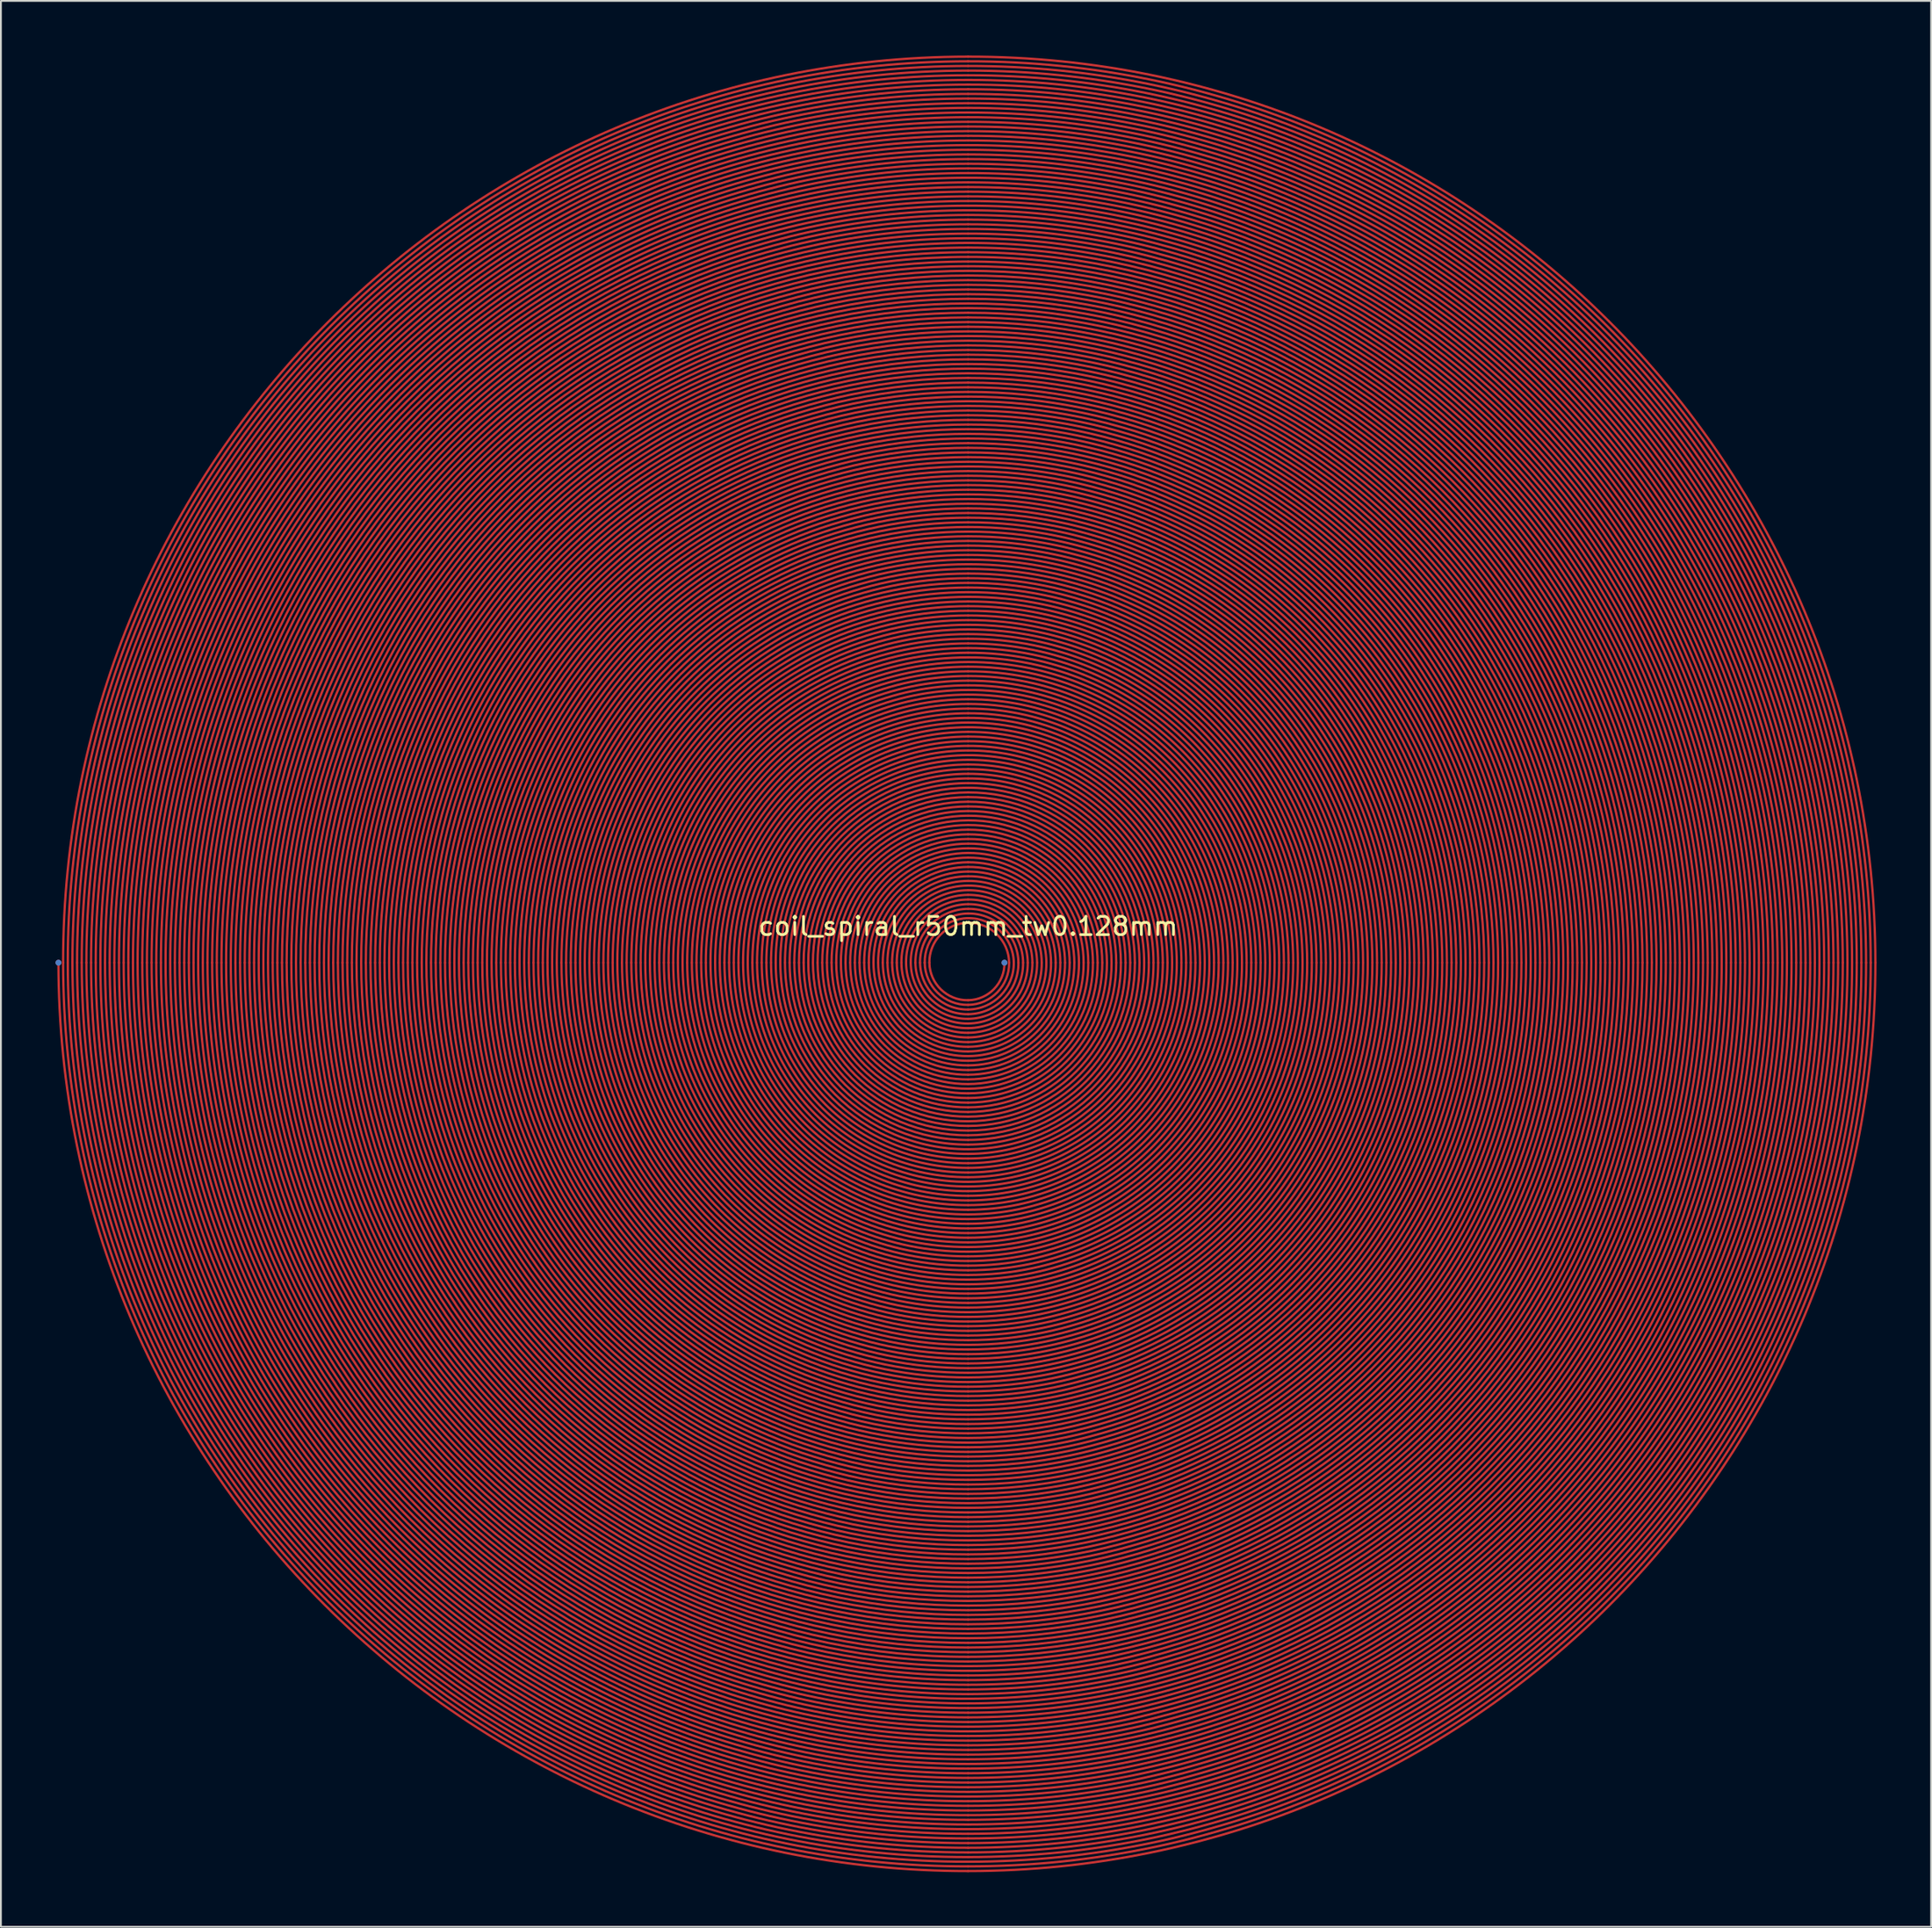
<source format=kicad_pcb>
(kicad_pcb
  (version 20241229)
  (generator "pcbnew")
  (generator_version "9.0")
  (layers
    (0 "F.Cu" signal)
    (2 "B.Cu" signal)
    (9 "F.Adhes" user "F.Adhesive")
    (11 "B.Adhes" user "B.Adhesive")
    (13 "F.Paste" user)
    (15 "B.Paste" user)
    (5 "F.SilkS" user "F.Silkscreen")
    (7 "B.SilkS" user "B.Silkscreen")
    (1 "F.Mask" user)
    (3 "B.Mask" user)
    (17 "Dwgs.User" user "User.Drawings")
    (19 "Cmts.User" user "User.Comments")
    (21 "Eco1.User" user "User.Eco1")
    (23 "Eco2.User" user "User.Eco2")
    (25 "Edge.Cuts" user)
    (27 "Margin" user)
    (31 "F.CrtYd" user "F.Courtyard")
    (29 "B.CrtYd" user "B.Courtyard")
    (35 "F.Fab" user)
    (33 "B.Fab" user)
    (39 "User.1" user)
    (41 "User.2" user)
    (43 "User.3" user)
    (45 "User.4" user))
  (footprint "coil_spiral_r50mm_tw0.128mm"
    (layer "F.Cu")
    (at 50.163 49.872)
    (property "Reference" "coil_spiral_r50mm_tw0.128mm" (at 0 -2 0) (layer "F.SilkS") (effects (font (size 1 1) (thickness 0.15))))
    (attr through_hole)
    (fp_arc (start -49.744 0) (mid -35.187582 -35.206327) (end 0 -49.808) (stroke (width 0.128) (type solid)) (layer "F.Cu"))
    (fp_arc (start -49.488 0) (mid -35.006563 -35.025308) (end 0 -49.552) (stroke (width 0.128) (type solid)) (layer "F.Cu"))
    (fp_arc (start -49.232 0) (mid -34.825543 -34.844288) (end 0 -49.296) (stroke (width 0.128) (type solid)) (layer "F.Cu"))
    (fp_arc (start -48.976 0) (mid -34.644524 -34.663269) (end 0 -49.04) (stroke (width 0.128) (type solid)) (layer "F.Cu"))
    (fp_arc (start -48.72 0) (mid -34.463504 -34.48225) (end 0.000001 -48.784) (stroke (width 0.128) (type solid)) (layer "F.Cu"))
    (fp_arc (start -48.464 0) (mid -34.282485 -34.30123) (end 0 -48.527999) (stroke (width 0.128) (type solid)) (layer "F.Cu"))
    (fp_arc (start -48.208 0) (mid -34.101467 -34.120211) (end -0.000001 -48.272) (stroke (width 0.128) (type solid)) (layer "F.Cu"))
    (fp_arc (start -47.952 0) (mid -33.920447 -33.939192) (end 0 -48.016) (stroke (width 0.128) (type solid)) (layer "F.Cu"))
    (fp_arc (start -47.696 0) (mid -33.739427 -33.758173) (end 0 -47.76) (stroke (width 0.128) (type solid)) (layer "F.Cu"))
    (fp_arc (start -47.44 0) (mid -33.558408 -33.577153) (end 0 -47.504) (stroke (width 0.128) (type solid)) (layer "F.Cu"))
    (fp_arc (start -47.184 0) (mid -33.377388 -33.396134) (end 0.000001 -47.248) (stroke (width 0.128) (type solid)) (layer "F.Cu"))
    (fp_arc (start -46.928 0) (mid -33.196369 -33.215115) (end 0 -46.992) (stroke (width 0.128) (type solid)) (layer "F.Cu"))
    (fp_arc (start -46.672 0) (mid -33.01535 -33.034096) (end 0.000001 -46.736) (stroke (width 0.128) (type solid)) (layer "F.Cu"))
    (fp_arc (start -46.416 0) (mid -32.834331 -32.853076) (end 0 -46.48) (stroke (width 0.128) (type solid)) (layer "F.Cu"))
    (fp_arc (start -46.16 0) (mid -32.653312 -32.672057) (end -0.000001 -46.224) (stroke (width 0.128) (type solid)) (layer "F.Cu"))
    (fp_arc (start -45.904 0) (mid -32.472292 -32.491038) (end 0 -45.968) (stroke (width 0.128) (type solid)) (layer "F.Cu"))
    (fp_arc (start -45.648 0) (mid -32.291273 -32.310018) (end 0 -45.712) (stroke (width 0.128) (type solid)) (layer "F.Cu"))
    (fp_arc (start -45.392 0) (mid -32.110253 -32.128999) (end 0.000001 -45.456) (stroke (width 0.128) (type solid)) (layer "F.Cu"))
    (fp_arc (start -45.136 0) (mid -31.929234 -31.94798) (end 0 -45.2) (stroke (width 0.128) (type solid)) (layer "F.Cu"))
    (fp_arc (start -44.88 0) (mid -31.748216 -31.76696) (end -0.000001 -44.944) (stroke (width 0.128) (type solid)) (layer "F.Cu"))
    (fp_arc (start -44.624 0) (mid -31.567196 -31.585941) (end -0.000001 -44.688) (stroke (width 0.128) (type solid)) (layer "F.Cu"))
    (fp_arc (start -44.368 0) (mid -31.386177 -31.404922) (end 0 -44.432) (stroke (width 0.128) (type solid)) (layer "F.Cu"))
    (fp_arc (start -44.112 0) (mid -31.205157 -31.223903) (end 0 -44.176) (stroke (width 0.128) (type solid)) (layer "F.Cu"))
    (fp_arc (start -43.856 0) (mid -31.024138 -31.042884) (end 0.000001 -43.92) (stroke (width 0.128) (type solid)) (layer "F.Cu"))
    (fp_arc (start -43.6 0) (mid -30.843119 -30.861864) (end 0 -43.664) (stroke (width 0.128) (type solid)) (layer "F.Cu"))
    (fp_arc (start -43.344 0) (mid -30.662099 -30.680844) (end 0 -43.407999) (stroke (width 0.128) (type solid)) (layer "F.Cu"))
    (fp_arc (start -43.088 0) (mid -30.481081 -30.499825) (end -0.000001 -43.152) (stroke (width 0.128) (type solid)) (layer "F.Cu"))
    (fp_arc (start -42.832 0) (mid -30.300061 -30.318806) (end 0 -42.896) (stroke (width 0.128) (type solid)) (layer "F.Cu"))
    (fp_arc (start -42.576 0) (mid -30.119042 -30.137787) (end 0 -42.64) (stroke (width 0.128) (type solid)) (layer "F.Cu"))
    (fp_arc (start -42.32 0) (mid -29.938022 -29.956767) (end 0 -42.384) (stroke (width 0.128) (type solid)) (layer "F.Cu"))
    (fp_arc (start -42.064 0) (mid -29.757003 -29.775749) (end 0.000001 -42.128) (stroke (width 0.128) (type solid)) (layer "F.Cu"))
    (fp_arc (start -41.808 0) (mid -29.575984 -29.594729) (end -0.000001 -41.872) (stroke (width 0.128) (type solid)) (layer "F.Cu"))
    (fp_arc (start -41.552 0) (mid -29.394965 -29.41371) (end 0 -41.616) (stroke (width 0.128) (type solid)) (layer "F.Cu"))
    (fp_arc (start -41.296 0) (mid -29.213945 -29.23269) (end 0 -41.36) (stroke (width 0.128) (type solid)) (layer "F.Cu"))
    (fp_arc (start -41.04 0) (mid -29.032926 -29.051671) (end 0 -41.104) (stroke (width 0.128) (type solid)) (layer "F.Cu"))
    (fp_arc (start -40.784 0) (mid -28.851906 -28.870652) (end 0.000001 -40.848) (stroke (width 0.128) (type solid)) (layer "F.Cu"))
    (fp_arc (start -40.528 0) (mid -28.670887 -28.689633) (end 0.000001 -40.592) (stroke (width 0.128) (type solid)) (layer "F.Cu"))
    (fp_arc (start -40.272 0) (mid -28.489869 -28.508613) (end -0.000001 -40.336) (stroke (width 0.128) (type solid)) (layer "F.Cu"))
    (fp_arc (start -40.016 0) (mid -28.308849 -28.327594) (end 0 -40.08) (stroke (width 0.128) (type solid)) (layer "F.Cu"))
    (fp_arc (start -39.76 0) (mid -28.12783 -28.146575) (end 0 -39.824) (stroke (width 0.128) (type solid)) (layer "F.Cu"))
    (fp_arc (start -39.504 0) (mid -27.94681 -27.965556) (end 0.000001 -39.568) (stroke (width 0.128) (type solid)) (layer "F.Cu"))
    (fp_arc (start -39.248 0) (mid -27.765791 -27.784536) (end 0.000001 -39.312) (stroke (width 0.128) (type solid)) (layer "F.Cu"))
    (fp_arc (start -38.992 0) (mid -27.584772 -27.603517) (end -0.000001 -39.056) (stroke (width 0.128) (type solid)) (layer "F.Cu"))
    (fp_arc (start -38.736 0) (mid -27.403753 -27.422498) (end 0 -38.8) (stroke (width 0.128) (type solid)) (layer "F.Cu"))
    (fp_arc (start -38.48 0) (mid -27.222733 -27.241479) (end 0.000001 -38.544) (stroke (width 0.128) (type solid)) (layer "F.Cu"))
    (fp_arc (start -38.224 0) (mid -27.041713 -27.060459) (end 0.000001 -38.288) (stroke (width 0.128) (type solid)) (layer "F.Cu"))
    (fp_arc (start -37.968 0) (mid -26.860695 -26.87944) (end -0.000001 -38.032) (stroke (width 0.128) (type solid)) (layer "F.Cu"))
    (fp_arc (start -37.712 0) (mid -26.679676 -26.69842) (end -0.000001 -37.776) (stroke (width 0.128) (type solid)) (layer "F.Cu"))
    (fp_arc (start -37.456 0) (mid -26.498656 -26.517401) (end 0 -37.52) (stroke (width 0.128) (type solid)) (layer "F.Cu"))
    (fp_arc (start -37.2 0) (mid -26.317637 -26.336382) (end 0 -37.264) (stroke (width 0.128) (type solid)) (layer "F.Cu"))
    (fp_arc (start -36.944 0) (mid -26.136617 -26.155363) (end 0.000001 -37.008) (stroke (width 0.128) (type solid)) (layer "F.Cu"))
    (fp_arc (start -36.688 0) (mid -25.955599 -25.974343) (end -0.000001 -36.752) (stroke (width 0.128) (type solid)) (layer "F.Cu"))
    (fp_arc (start -36.432 0) (mid -25.774579 -25.793324) (end 0 -36.496) (stroke (width 0.128) (type solid)) (layer "F.Cu"))
    (fp_arc (start -36.176 0) (mid -25.59356 -25.612305) (end 0 -36.24) (stroke (width 0.128) (type solid)) (layer "F.Cu"))
    (fp_arc (start -35.92 0) (mid -25.41254 -25.431286) (end 0.000001 -35.984) (stroke (width 0.128) (type solid)) (layer "F.Cu"))
    (fp_arc (start -35.664 0) (mid -25.231522 -25.250266) (end -0.000001 -35.728) (stroke (width 0.128) (type solid)) (layer "F.Cu"))
    (fp_arc (start -35.408 0) (mid -25.050502 -25.069247) (end 0 -35.472) (stroke (width 0.128) (type solid)) (layer "F.Cu"))
    (fp_arc (start -35.152 0) (mid -24.869483 -24.888228) (end 0 -35.216) (stroke (width 0.128) (type solid)) (layer "F.Cu"))
    (fp_arc (start -34.896 0) (mid -24.688463 -24.707209) (end 0.000001 -34.96) (stroke (width 0.128) (type solid)) (layer "F.Cu"))
    (fp_arc (start -34.64 0) (mid -24.507445 -24.526189) (end -0.000001 -34.704) (stroke (width 0.128) (type solid)) (layer "F.Cu"))
    (fp_arc (start -34.384 0) (mid -24.326425 -24.34517) (end 0 -34.448) (stroke (width 0.128) (type solid)) (layer "F.Cu"))
    (fp_arc (start -34.128 0) (mid -24.145406 -24.164151) (end 0 -34.192) (stroke (width 0.128) (type solid)) (layer "F.Cu"))
    (fp_arc (start -33.872 0) (mid -23.964386 -23.983132) (end 0.000001 -33.936) (stroke (width 0.128) (type solid)) (layer "F.Cu"))
    (fp_arc (start -33.616 0) (mid -23.783368 -23.802112) (end -0.000001 -33.68) (stroke (width 0.128) (type solid)) (layer "F.Cu"))
    (fp_arc (start -33.36 0) (mid -23.602348 -23.621093) (end 0 -33.424) (stroke (width 0.128) (type solid)) (layer "F.Cu"))
    (fp_arc (start -33.104 0) (mid -23.421328 -23.440074) (end 0.000001 -33.168) (stroke (width 0.128) (type solid)) (layer "F.Cu"))
    (fp_arc (start -32.848 0) (mid -23.24031 -23.259054) (end -0.000001 -32.912) (stroke (width 0.128) (type solid)) (layer "F.Cu"))
    (fp_arc (start -32.592 0) (mid -23.05929 -23.078035) (end 0 -32.656) (stroke (width 0.128) (type solid)) (layer "F.Cu"))
    (fp_arc (start -32.336 0) (mid -22.878271 -22.897016) (end 0 -32.4) (stroke (width 0.128) (type solid)) (layer "F.Cu"))
    (fp_arc (start -32.08 0) (mid -22.697251 -22.715996) (end 0 -32.143999) (stroke (width 0.128) (type solid)) (layer "F.Cu"))
    (fp_arc (start -31.824 0) (mid -22.516232 -22.534978) (end 0 -31.888) (stroke (width 0.128) (type solid)) (layer "F.Cu"))
    (fp_arc (start -31.568 0) (mid -22.335213 -22.353958) (end 0 -31.632) (stroke (width 0.128) (type solid)) (layer "F.Cu"))
    (fp_arc (start -31.312 0) (mid -22.154193 -22.172939) (end 0.000001 -31.376) (stroke (width 0.128) (type solid)) (layer "F.Cu"))
    (fp_arc (start -31.056 0) (mid -21.973175 -21.99192) (end 0 -31.12) (stroke (width 0.128) (type solid)) (layer "F.Cu"))
    (fp_arc (start -30.8 0) (mid -21.792155 -21.810901) (end 0 -30.864) (stroke (width 0.128) (type solid)) (layer "F.Cu"))
    (fp_arc (start -30.544 0) (mid -21.611136 -21.629882) (end 0.000001 -30.608) (stroke (width 0.128) (type solid)) (layer "F.Cu"))
    (fp_arc (start -30.288 0) (mid -21.430117 -21.448862) (end -0.000001 -30.352) (stroke (width 0.128) (type solid)) (layer "F.Cu"))
    (fp_arc (start -30.032 0) (mid -21.249098 -21.267843) (end 0 -30.096) (stroke (width 0.128) (type solid)) (layer "F.Cu"))
    (fp_arc (start -29.776 0) (mid -21.068078 -21.086823) (end 0 -29.839999) (stroke (width 0.128) (type solid)) (layer "F.Cu"))
    (fp_arc (start -29.52 0) (mid -20.887059 -20.905805) (end 0 -29.584) (stroke (width 0.128) (type solid)) (layer "F.Cu"))
    (fp_arc (start -29.264 0) (mid -20.70604 -20.724785) (end 0 -29.328) (stroke (width 0.128) (type solid)) (layer "F.Cu"))
    (fp_arc (start -29.008 0) (mid -20.525021 -20.543766) (end -0.000001 -29.072) (stroke (width 0.128) (type solid)) (layer "F.Cu"))
    (fp_arc (start -28.752 0) (mid -20.344002 -20.362747) (end 0 -28.816) (stroke (width 0.128) (type solid)) (layer "F.Cu"))
    (fp_arc (start -28.496 0) (mid -20.162982 -20.181728) (end 0.000001 -28.56) (stroke (width 0.128) (type solid)) (layer "F.Cu"))
    (fp_arc (start -28.24 0) (mid -19.981964 -20.000708) (end -0.000001 -28.304) (stroke (width 0.128) (type solid)) (layer "F.Cu"))
    (fp_arc (start -27.984 0) (mid -19.800944 -19.819689) (end 0 -28.048) (stroke (width 0.128) (type solid)) (layer "F.Cu"))
    (fp_arc (start -27.728 0) (mid -19.619925 -19.638669) (end 0 -27.791999) (stroke (width 0.128) (type solid)) (layer "F.Cu"))
    (fp_arc (start -27.472 0) (mid -19.438906 -19.457651) (end 0 -27.536) (stroke (width 0.128) (type solid)) (layer "F.Cu"))
    (fp_arc (start -27.216 0) (mid -19.257886 -19.276632) (end 0.000001 -27.28) (stroke (width 0.128) (type solid)) (layer "F.Cu"))
    (fp_arc (start -26.96 0) (mid -19.076868 -19.095612) (end -0.000001 -27.024) (stroke (width 0.128) (type solid)) (layer "F.Cu"))
    (fp_arc (start -26.704 0) (mid -18.895848 -18.914593) (end 0 -26.768) (stroke (width 0.128) (type solid)) (layer "F.Cu"))
    (fp_arc (start -26.448 0) (mid -18.714829 -18.733574) (end -0.000001 -26.512) (stroke (width 0.128) (type solid)) (layer "F.Cu"))
    (fp_arc (start -26.192 0) (mid -18.533809 -18.552555) (end 0 -26.256) (stroke (width 0.128) (type solid)) (layer "F.Cu"))
    (fp_arc (start -25.936 0) (mid -18.352791 -18.371535) (end -0.000001 -26) (stroke (width 0.128) (type solid)) (layer "F.Cu"))
    (fp_arc (start -25.68 0) (mid -18.171771 -18.190516) (end 0 -25.744) (stroke (width 0.128) (type solid)) (layer "F.Cu"))
    (fp_arc (start -25.424 0) (mid -17.990752 -18.009497) (end 0 -25.487999) (stroke (width 0.128) (type solid)) (layer "F.Cu"))
    (fp_arc (start -25.168 0) (mid -17.809733 -17.828478) (end 0 -25.232) (stroke (width 0.128) (type solid)) (layer "F.Cu"))
    (fp_arc (start -24.912 0) (mid -17.628713 -17.647458) (end 0 -24.975999) (stroke (width 0.128) (type solid)) (layer "F.Cu"))
    (fp_arc (start -24.656 0) (mid -17.447694 -17.466439) (end 0 -24.72) (stroke (width 0.128) (type solid)) (layer "F.Cu"))
    (fp_arc (start -24.4 0) (mid -17.266676 -17.28542) (end -0.000001 -24.464) (stroke (width 0.128) (type solid)) (layer "F.Cu"))
    (fp_arc (start -24.144 0) (mid -17.085656 -17.104401) (end 0 -24.208) (stroke (width 0.128) (type solid)) (layer "F.Cu"))
    (fp_arc (start -23.888 0) (mid -16.904637 -16.923382) (end 0 -23.952) (stroke (width 0.128) (type solid)) (layer "F.Cu"))
    (fp_arc (start -23.632 0) (mid -16.723618 -16.742363) (end 0 -23.696) (stroke (width 0.128) (type solid)) (layer "F.Cu"))
    (fp_arc (start -23.376 0) (mid -16.542599 -16.561344) (end 0 -23.44) (stroke (width 0.128) (type solid)) (layer "F.Cu"))
    (fp_arc (start -23.12 0) (mid -16.361579 -16.380325) (end 0.000001 -23.184) (stroke (width 0.128) (type solid)) (layer "F.Cu"))
    (fp_arc (start -22.864 0) (mid -16.18056 -16.199305) (end 0 -22.928) (stroke (width 0.128) (type solid)) (layer "F.Cu"))
    (fp_arc (start -22.608 0) (mid -15.999541 -16.018286) (end -0.000001 -22.672) (stroke (width 0.128) (type solid)) (layer "F.Cu"))
    (fp_arc (start -22.352 0) (mid -15.818521 -15.837267) (end 0.000001 -22.416) (stroke (width 0.128) (type solid)) (layer "F.Cu"))
    (fp_arc (start -22.096 0) (mid -15.637503 -15.656248) (end 0 -22.16) (stroke (width 0.128) (type solid)) (layer "F.Cu"))
    (fp_arc (start -21.84 0) (mid -15.456483 -15.475228) (end 0 -21.903999) (stroke (width 0.128) (type solid)) (layer "F.Cu"))
    (fp_arc (start -21.584 0) (mid -15.275464 -15.29421) (end 0 -21.648) (stroke (width 0.128) (type solid)) (layer "F.Cu"))
    (fp_arc (start -21.328 0) (mid -15.094445 -15.11319) (end 0 -21.392) (stroke (width 0.128) (type solid)) (layer "F.Cu"))
    (fp_arc (start -21.072 0) (mid -14.913426 -14.932171) (end 0 -21.135999) (stroke (width 0.128) (type solid)) (layer "F.Cu"))
    (fp_arc (start -20.816 0) (mid -14.732407 -14.751152) (end 0.000001 -20.88) (stroke (width 0.128) (type solid)) (layer "F.Cu"))
    (fp_arc (start -20.56 0) (mid -14.551388 -14.570133) (end 0 -20.624) (stroke (width 0.128) (type solid)) (layer "F.Cu"))
    (fp_arc (start -20.304 0) (mid -14.370369 -14.389114) (end 0 -20.368) (stroke (width 0.128) (type solid)) (layer "F.Cu"))
    (fp_arc (start -20.048 0) (mid -14.189349 -14.208094) (end 0 -20.111999) (stroke (width 0.128) (type solid)) (layer "F.Cu"))
    (fp_arc (start -19.792 0) (mid -14.00833 -14.027076) (end 0.000001 -19.856) (stroke (width 0.128) (type solid)) (layer "F.Cu"))
    (fp_arc (start -19.536 0) (mid -13.827311 -13.846057) (end 0 -19.6) (stroke (width 0.128) (type solid)) (layer "F.Cu"))
    (fp_arc (start -19.28 0) (mid -13.646292 -13.665038) (end 0 -19.344) (stroke (width 0.128) (type solid)) (layer "F.Cu"))
    (fp_arc (start -19.024 0) (mid -13.465273 -13.484019) (end 0 -19.088) (stroke (width 0.128) (type solid)) (layer "F.Cu"))
    (fp_arc (start -18.768 0) (mid -13.284254 -13.302999) (end 0 -18.832) (stroke (width 0.128) (type solid)) (layer "F.Cu"))
    (fp_arc (start -18.512 0) (mid -13.103236 -13.12198) (end -0.000001 -18.576) (stroke (width 0.128) (type solid)) (layer "F.Cu"))
    (fp_arc (start -18.256 0) (mid -12.922216 -12.940961) (end 0 -18.319999) (stroke (width 0.128) (type solid)) (layer "F.Cu"))
    (fp_arc (start -18 0) (mid -12.741197 -12.759942) (end 0 -18.063999) (stroke (width 0.128) (type solid)) (layer "F.Cu"))
    (fp_arc (start -17.744 0) (mid -12.560178 -12.578923) (end 0 -17.807999) (stroke (width 0.128) (type solid)) (layer "F.Cu"))
    (fp_arc (start -17.488 0) (mid -12.379159 -12.397904) (end 0 -17.551999) (stroke (width 0.128) (type solid)) (layer "F.Cu"))
    (fp_arc (start -17.232 0) (mid -12.19814 -12.216885) (end 0 -17.295999) (stroke (width 0.128) (type solid)) (layer "F.Cu"))
    (fp_arc (start -16.976 0) (mid -12.017121 -12.035866) (end -0.000001 -17.04) (stroke (width 0.128) (type solid)) (layer "F.Cu"))
    (fp_arc (start -16.72 0) (mid -11.836102 -11.854847) (end 0 -16.784) (stroke (width 0.128) (type solid)) (layer "F.Cu"))
    (fp_arc (start -16.464 0) (mid -11.655083 -11.673828) (end 0 -16.528) (stroke (width 0.128) (type solid)) (layer "F.Cu"))
    (fp_arc (start -16.208 0) (mid -11.474064 -11.492809) (end 0 -16.272) (stroke (width 0.128) (type solid)) (layer "F.Cu"))
    (fp_arc (start -15.952 0) (mid -11.293045 -11.31179) (end 0.000001 -16.016) (stroke (width 0.128) (type solid)) (layer "F.Cu"))
    (fp_arc (start -15.696 0) (mid -11.112026 -11.130771) (end 0 -15.759999) (stroke (width 0.128) (type solid)) (layer "F.Cu"))
    (fp_arc (start -15.44 0) (mid -10.931007 -10.949752) (end 0 -15.504) (stroke (width 0.128) (type solid)) (layer "F.Cu"))
    (fp_arc (start -15.184 0) (mid -10.749988 -10.768734) (end 0.000001 -15.248) (stroke (width 0.128) (type solid)) (layer "F.Cu"))
    (fp_arc (start -14.928 0) (mid -10.568969 -10.587714) (end 0 -14.991999) (stroke (width 0.128) (type solid)) (layer "F.Cu"))
    (fp_arc (start -14.672 0) (mid -10.38795 -10.406695) (end 0 -14.736) (stroke (width 0.128) (type solid)) (layer "F.Cu"))
    (fp_arc (start -14.416 0) (mid -10.206931 -10.225676) (end 0 -14.479999) (stroke (width 0.128) (type solid)) (layer "F.Cu"))
    (fp_arc (start -14.16 0) (mid -10.025912 -10.044658) (end 0 -14.224) (stroke (width 0.128) (type solid)) (layer "F.Cu"))
    (fp_arc (start -13.904 0) (mid -9.844893 -9.863638) (end 0 -13.967999) (stroke (width 0.128) (type solid)) (layer "F.Cu"))
    (fp_arc (start -13.648 0) (mid -9.663875 -9.68262) (end 0 -13.711999) (stroke (width 0.128) (type solid)) (layer "F.Cu"))
    (fp_arc (start -13.392 0) (mid -9.482856 -9.501601) (end 0 -13.456) (stroke (width 0.128) (type solid)) (layer "F.Cu"))
    (fp_arc (start -13.136 0) (mid -9.301837 -9.320582) (end 0 -13.2) (stroke (width 0.128) (type solid)) (layer "F.Cu"))
    (fp_arc (start -12.88 0) (mid -9.120818 -9.139563) (end 0.000001 -12.943999) (stroke (width 0.128) (type solid)) (layer "F.Cu"))
    (fp_arc (start -12.624 0) (mid -8.939799 -8.958544) (end 0 -12.687999) (stroke (width 0.128) (type solid)) (layer "F.Cu"))
    (fp_arc (start -12.368 0) (mid -8.758781 -8.777525) (end 0 -12.432) (stroke (width 0.128) (type solid)) (layer "F.Cu"))
    (fp_arc (start -12.112 0) (mid -8.577763 -8.596507) (end -0.000001 -12.176001) (stroke (width 0.128) (type solid)) (layer "F.Cu"))
    (fp_arc (start -11.856 0) (mid -8.396743 -8.415489) (end 0 -11.920001) (stroke (width 0.128) (type solid)) (layer "F.Cu"))
    (fp_arc (start -11.6 0) (mid -8.215725 -8.23447) (end 0 -11.664) (stroke (width 0.128) (type solid)) (layer "F.Cu"))
    (fp_arc (start -11.344 0) (mid -8.034706 -8.053451) (end 0 -11.408) (stroke (width 0.128) (type solid)) (layer "F.Cu"))
    (fp_arc (start -11.088 0) (mid -7.853688 -7.872433) (end 0 -11.152001) (stroke (width 0.128) (type solid)) (layer "F.Cu"))
    (fp_arc (start -10.832 0) (mid -7.672668 -7.691414) (end 0.000001 -10.896) (stroke (width 0.128) (type solid)) (layer "F.Cu"))
    (fp_arc (start -10.576 0) (mid -7.49165 -7.510395) (end 0 -10.64) (stroke (width 0.128) (type solid)) (layer "F.Cu"))
    (fp_arc (start -10.32 0) (mid -7.310632 -7.329377) (end 0 -10.384) (stroke (width 0.128) (type solid)) (layer "F.Cu"))
    (fp_arc (start -10.064 0) (mid -7.129613 -7.148358) (end 0 -10.128) (stroke (width 0.128) (type solid)) (layer "F.Cu"))
    (fp_arc (start -9.808 0) (mid -6.948595 -6.96734) (end 0 -9.872) (stroke (width 0.128) (type solid)) (layer "F.Cu"))
    (fp_arc (start -9.552 0) (mid -6.767577 -6.786322) (end 0 -9.616001) (stroke (width 0.128) (type solid)) (layer "F.Cu"))
    (fp_arc (start -9.296 0) (mid -6.586558 -6.605303) (end 0 -9.36) (stroke (width 0.128) (type solid)) (layer "F.Cu"))
    (fp_arc (start -9.04 0) (mid -6.405541 -6.424285) (end -0.000001 -9.104) (stroke (width 0.128) (type solid)) (layer "F.Cu"))
    (fp_arc (start -8.784 0) (mid -6.224522 -6.243267) (end -0.000001 -8.848) (stroke (width 0.128) (type solid)) (layer "F.Cu"))
    (fp_arc (start -8.528 0) (mid -6.043504 -6.062249) (end 0 -8.592) (stroke (width 0.128) (type solid)) (layer "F.Cu"))
    (fp_arc (start -8.272 0) (mid -5.862485 -5.881231) (end 0.000001 -8.336) (stroke (width 0.128) (type solid)) (layer "F.Cu"))
    (fp_arc (start -8.016 0) (mid -5.681468 -5.700213) (end 0 -8.08) (stroke (width 0.128) (type solid)) (layer "F.Cu"))
    (fp_arc (start -7.76 0) (mid -5.50045 -5.519195) (end 0 -7.824) (stroke (width 0.128) (type solid)) (layer "F.Cu"))
    (fp_arc (start -7.504 0) (mid -5.319432 -5.338177) (end 0 -7.567999) (stroke (width 0.128) (type solid)) (layer "F.Cu"))
    (fp_arc (start -7.248 0) (mid -5.138415 -5.157159) (end 0 -7.311999) (stroke (width 0.128) (type solid)) (layer "F.Cu"))
    (fp_arc (start -6.992 0) (mid -4.957397 -4.976142) (end 0 -7.056) (stroke (width 0.128) (type solid)) (layer "F.Cu"))
    (fp_arc (start -6.736 0) (mid -4.77638 -4.795125) (end 0 -6.800001) (stroke (width 0.128) (type solid)) (layer "F.Cu"))
    (fp_arc (start -6.48 0) (mid -4.595363 -4.614107) (end 0 -6.544) (stroke (width 0.128) (type solid)) (layer "F.Cu"))
    (fp_arc (start -6.224 0) (mid -4.414346 -4.43309) (end -0.000001 -6.288) (stroke (width 0.128) (type solid)) (layer "F.Cu"))
    (fp_arc (start -5.968 0) (mid -4.233329 -4.252073) (end 0 -6.032) (stroke (width 0.128) (type solid)) (layer "F.Cu"))
    (fp_arc (start -5.712 0) (mid -4.052312 -4.071057) (end 0 -5.776) (stroke (width 0.128) (type solid)) (layer "F.Cu"))
    (fp_arc (start -5.456 0) (mid -3.871296 -3.89004) (end -0.000001 -5.52) (stroke (width 0.128) (type solid)) (layer "F.Cu"))
    (fp_arc (start -5.2 0) (mid -3.69028 -3.709024) (end -0.000001 -5.264) (stroke (width 0.128) (type solid)) (layer "F.Cu"))
    (fp_arc (start -4.944 0) (mid -3.509264 -3.528008) (end 0 -5.008) (stroke (width 0.128) (type solid)) (layer "F.Cu"))
    (fp_arc (start -4.688 0) (mid -3.328249 -3.346993) (end 0 -4.752) (stroke (width 0.128) (type solid)) (layer "F.Cu"))
    (fp_arc (start -4.432 0) (mid -3.147234 -3.165978) (end 0 -4.496) (stroke (width 0.128) (type solid)) (layer "F.Cu"))
    (fp_arc (start -4.176 0) (mid -2.966219 -2.984963) (end 0 -4.239999) (stroke (width 0.128) (type solid)) (layer "F.Cu"))
    (fp_arc (start -3.92 0) (mid -2.785206 -2.803949) (end 0 -3.984) (stroke (width 0.128) (type solid)) (layer "F.Cu"))
    (fp_arc (start -3.664 0) (mid -2.604192 -2.622936) (end 0.000001 -3.728) (stroke (width 0.128) (type solid)) (layer "F.Cu"))
    (fp_arc (start -3.408 0) (mid -2.423181 -2.441924) (end -0.000001 -3.472) (stroke (width 0.128) (type solid)) (layer "F.Cu"))
    (fp_arc (start -3.152 0) (mid -2.24217 -2.260913) (end 0 -3.216) (stroke (width 0.128) (type solid)) (layer "F.Cu"))
    (fp_arc (start -2.896 0) (mid -2.061161 -2.079903) (end 0 -2.959999) (stroke (width 0.128) (type solid)) (layer "F.Cu"))
    (fp_arc (start -2.64 0) (mid -1.880154 -1.898896) (end 0 -2.704) (stroke (width 0.128) (type solid)) (layer "F.Cu"))
    (fp_arc (start -2.384 0) (mid -1.699149 -1.717891) (end 0 -2.448001) (stroke (width 0.128) (type solid)) (layer "F.Cu"))
    (fp_arc (start -2.128 0) (mid -1.518148 -1.536889) (end 0.000001 -2.192) (stroke (width 0.128) (type solid)) (layer "F.Cu"))
    (fp_arc (start 0 -49.808) (mid 35.251582 -35.232837) (end 49.872 0) (stroke (width 0.128) (type solid)) (layer "F.Cu"))
    (fp_arc (start 0 -49.552) (mid 35.070563 -35.051817) (end 49.616 0) (stroke (width 0.128) (type solid)) (layer "F.Cu"))
    (fp_arc (start 0 -49.296) (mid 34.889543 -34.870798) (end 49.36 0) (stroke (width 0.128) (type solid)) (layer "F.Cu"))
    (fp_arc (start 0 -49.04) (mid 34.708524 -34.689778) (end 49.104 0.000001) (stroke (width 0.128) (type solid)) (layer "F.Cu"))
    (fp_arc (start 0 -48.784) (mid 34.527505 -34.508759) (end 48.848 0) (stroke (width 0.128) (type solid)) (layer "F.Cu"))
    (fp_arc (start 0 -48.528) (mid 34.346486 -34.32774) (end 48.592 0.000001) (stroke (width 0.128) (type solid)) (layer "F.Cu"))
    (fp_arc (start 0 -48.272) (mid 34.165466 -34.146721) (end 48.336 -0.000001) (stroke (width 0.128) (type solid)) (layer "F.Cu"))
    (fp_arc (start 0 -48.016) (mid 33.984446 -33.965702) (end 48.08 -0.000001) (stroke (width 0.128) (type solid)) (layer "F.Cu"))
    (fp_arc (start 0 -47.76) (mid 33.803427 -33.784682) (end 47.824 0) (stroke (width 0.128) (type solid)) (layer "F.Cu"))
    (fp_arc (start 0 -47.504) (mid 33.622408 -33.603663) (end 47.568 0) (stroke (width 0.128) (type solid)) (layer "F.Cu"))
    (fp_arc (start 0 -47.248) (mid 33.441389 -33.422644) (end 47.312 0) (stroke (width 0.128) (type solid)) (layer "F.Cu"))
    (fp_arc (start 0 -46.992) (mid 33.26037 -33.241624) (end 47.056 0.000001) (stroke (width 0.128) (type solid)) (layer "F.Cu"))
    (fp_arc (start 0 -46.736) (mid 33.079351 -33.060605) (end 46.8 0.000001) (stroke (width 0.128) (type solid)) (layer "F.Cu"))
    (fp_arc (start 0 -46.48) (mid 32.898331 -32.879586) (end 46.544 -0.000001) (stroke (width 0.128) (type solid)) (layer "F.Cu"))
    (fp_arc (start 0 -46.224) (mid 32.717311 -32.698567) (end 46.288 -0.000001) (stroke (width 0.128) (type solid)) (layer "F.Cu"))
    (fp_arc (start 0 -45.968) (mid 32.536292 -32.517547) (end 46.032 0) (stroke (width 0.128) (type solid)) (layer "F.Cu"))
    (fp_arc (start 0 -45.712) (mid 32.355273 -32.336528) (end 45.776 0) (stroke (width 0.128) (type solid)) (layer "F.Cu"))
    (fp_arc (start 0 -45.456) (mid 32.174254 -32.155509) (end 45.52 0) (stroke (width 0.128) (type solid)) (layer "F.Cu"))
    (fp_arc (start 0 -45.2) (mid 31.993234 -31.974489) (end 45.264 0) (stroke (width 0.128) (type solid)) (layer "F.Cu"))
    (fp_arc (start 0 -44.944) (mid 31.812215 -31.79347) (end 45.007999 0) (stroke (width 0.128) (type solid)) (layer "F.Cu"))
    (fp_arc (start 0 -44.688) (mid 31.631196 -31.612451) (end 44.752 -0.000001) (stroke (width 0.128) (type solid)) (layer "F.Cu"))
    (fp_arc (start 0 -44.432) (mid 31.450177 -31.431432) (end 44.496 0) (stroke (width 0.128) (type solid)) (layer "F.Cu"))
    (fp_arc (start 0 -44.176) (mid 31.269157 -31.250412) (end 44.24 0) (stroke (width 0.128) (type solid)) (layer "F.Cu"))
    (fp_arc (start 0 -43.92) (mid 31.088138 -31.069393) (end 43.984 0) (stroke (width 0.128) (type solid)) (layer "F.Cu"))
    (fp_arc (start 0 -43.664) (mid 30.907119 -30.888374) (end 43.728 0) (stroke (width 0.128) (type solid)) (layer "F.Cu"))
    (fp_arc (start 0 -43.408) (mid 30.7261 -30.707354) (end 43.472 0.000001) (stroke (width 0.128) (type solid)) (layer "F.Cu"))
    (fp_arc (start 0 -43.152) (mid 30.54508 -30.526336) (end 43.216 -0.000001) (stroke (width 0.128) (type solid)) (layer "F.Cu"))
    (fp_arc (start 0 -42.896) (mid 30.364061 -30.345316) (end 42.96 0) (stroke (width 0.128) (type solid)) (layer "F.Cu"))
    (fp_arc (start 0 -42.64) (mid 30.183042 -30.164296) (end 42.704 0) (stroke (width 0.128) (type solid)) (layer "F.Cu"))
    (fp_arc (start 0 -42.384) (mid 30.002022 -29.983277) (end 42.448 0) (stroke (width 0.128) (type solid)) (layer "F.Cu"))
    (fp_arc (start 0 -42.128) (mid 29.821003 -29.802257) (end 42.192 0.000001) (stroke (width 0.128) (type solid)) (layer "F.Cu"))
    (fp_arc (start 0 -41.872) (mid 29.639983 -29.621238) (end 41.935999 0) (stroke (width 0.128) (type solid)) (layer "F.Cu"))
    (fp_arc (start 0 -41.616) (mid 29.458965 -29.440219) (end 41.68 0) (stroke (width 0.128) (type solid)) (layer "F.Cu"))
    (fp_arc (start 0 -41.36) (mid 29.277945 -29.2592) (end 41.424 0) (stroke (width 0.128) (type solid)) (layer "F.Cu"))
    (fp_arc (start 0 -41.104) (mid 29.096926 -29.078181) (end 41.168 0) (stroke (width 0.128) (type solid)) (layer "F.Cu"))
    (fp_arc (start 0 -40.848) (mid 28.915907 -28.897161) (end 40.912 0.000001) (stroke (width 0.128) (type solid)) (layer "F.Cu"))
    (fp_arc (start 0 -40.592) (mid 28.734888 -28.716142) (end 40.656 0.000001) (stroke (width 0.128) (type solid)) (layer "F.Cu"))
    (fp_arc (start 0 -40.336) (mid 28.553868 -28.535123) (end 40.4 -0.000001) (stroke (width 0.128) (type solid)) (layer "F.Cu"))
    (fp_arc (start 0 -40.08) (mid 28.372849 -28.354104) (end 40.144 0) (stroke (width 0.128) (type solid)) (layer "F.Cu"))
    (fp_arc (start 0 -39.824) (mid 28.19183 -28.173084) (end 39.888 0) (stroke (width 0.128) (type solid)) (layer "F.Cu"))
    (fp_arc (start 0 -39.568) (mid 28.01081 -27.992065) (end 39.632 0) (stroke (width 0.128) (type solid)) (layer "F.Cu"))
    (fp_arc (start 0 -39.312) (mid 27.829791 -27.811045) (end 39.376 0.000001) (stroke (width 0.128) (type solid)) (layer "F.Cu"))
    (fp_arc (start 0 -39.056) (mid 27.648771 -27.630027) (end 39.12 -0.000001) (stroke (width 0.128) (type solid)) (layer "F.Cu"))
    (fp_arc (start 0 -38.8) (mid 27.467753 -27.449007) (end 38.864 0) (stroke (width 0.128) (type solid)) (layer "F.Cu"))
    (fp_arc (start 0 -38.544) (mid 27.286733 -27.267988) (end 38.608 0) (stroke (width 0.128) (type solid)) (layer "F.Cu"))
    (fp_arc (start 0 -38.288) (mid 27.105714 -27.086969) (end 38.352 0) (stroke (width 0.128) (type solid)) (layer "F.Cu"))
    (fp_arc (start 0 -38.032) (mid 26.924694 -26.905949) (end 38.095999 0) (stroke (width 0.128) (type solid)) (layer "F.Cu"))
    (fp_arc (start 0 -37.776) (mid 26.743675 -26.724931) (end 37.84 -0.000001) (stroke (width 0.128) (type solid)) (layer "F.Cu"))
    (fp_arc (start 0 -37.52) (mid 26.562656 -26.543911) (end 37.584 0) (stroke (width 0.128) (type solid)) (layer "F.Cu"))
    (fp_arc (start 0 -37.264) (mid 26.381637 -26.362892) (end 37.328 0) (stroke (width 0.128) (type solid)) (layer "F.Cu"))
    (fp_arc (start 0 -37.008) (mid 26.200618 -26.181872) (end 37.072 0.000001) (stroke (width 0.128) (type solid)) (layer "F.Cu"))
    (fp_arc (start 0 -36.752) (mid 26.019598 -26.000854) (end 36.816 -0.000001) (stroke (width 0.128) (type solid)) (layer "F.Cu"))
    (fp_arc (start 0 -36.496) (mid 25.838579 -25.819834) (end 36.56 0) (stroke (width 0.128) (type solid)) (layer "F.Cu"))
    (fp_arc (start 0 -36.24) (mid 25.65756 -25.638815) (end 36.304 0) (stroke (width 0.128) (type solid)) (layer "F.Cu"))
    (fp_arc (start 0 -35.984) (mid 25.476541 -25.457795) (end 36.048 0.000001) (stroke (width 0.128) (type solid)) (layer "F.Cu"))
    (fp_arc (start 0 -35.728) (mid 25.295521 -25.276777) (end 35.792 -0.000001) (stroke (width 0.128) (type solid)) (layer "F.Cu"))
    (fp_arc (start 0 -35.472) (mid 25.114502 -25.095757) (end 35.536 -0.000001) (stroke (width 0.128) (type solid)) (layer "F.Cu"))
    (fp_arc (start 0 -35.216) (mid 24.933483 -24.914738) (end 35.28 0) (stroke (width 0.128) (type solid)) (layer "F.Cu"))
    (fp_arc (start 0 -34.96) (mid 24.752464 -24.733718) (end 35.024 0.000001) (stroke (width 0.128) (type solid)) (layer "F.Cu"))
    (fp_arc (start 0 -34.704) (mid 24.571444 -24.552699) (end 34.768 -0.000001) (stroke (width 0.128) (type solid)) (layer "F.Cu"))
    (fp_arc (start 0 -34.448) (mid 24.390425 -24.37168) (end 34.512 0) (stroke (width 0.128) (type solid)) (layer "F.Cu"))
    (fp_arc (start 0 -34.192) (mid 24.209406 -24.19066) (end 34.256 0) (stroke (width 0.128) (type solid)) (layer "F.Cu"))
    (fp_arc (start 0 -33.936) (mid 24.028387 -24.009641) (end 34 0.000001) (stroke (width 0.128) (type solid)) (layer "F.Cu"))
    (fp_arc (start 0 -33.68) (mid 23.847367 -23.828622) (end 33.744 0) (stroke (width 0.128) (type solid)) (layer "F.Cu"))
    (fp_arc (start 0 -33.424) (mid 23.666348 -23.647603) (end 33.488 0) (stroke (width 0.128) (type solid)) (layer "F.Cu"))
    (fp_arc (start 0 -33.168) (mid 23.485329 -23.466583) (end 33.232 0.000001) (stroke (width 0.128) (type solid)) (layer "F.Cu"))
    (fp_arc (start 0 -32.912) (mid 23.304309 -23.285564) (end 32.975999 0) (stroke (width 0.128) (type solid)) (layer "F.Cu"))
    (fp_arc (start 0 -32.656) (mid 23.12329 -23.104545) (end 32.72 0) (stroke (width 0.128) (type solid)) (layer "F.Cu"))
    (fp_arc (start 0 -32.4) (mid 22.942271 -22.923526) (end 32.464 0) (stroke (width 0.128) (type solid)) (layer "F.Cu"))
    (fp_arc (start 0 -32.144) (mid 22.761252 -22.742506) (end 32.208 0.000001) (stroke (width 0.128) (type solid)) (layer "F.Cu"))
    (fp_arc (start 0 -31.888) (mid 22.580232 -22.561488) (end 31.952 -0.000001) (stroke (width 0.128) (type solid)) (layer "F.Cu"))
    (fp_arc (start 0 -31.632) (mid 22.399213 -22.380468) (end 31.696 0) (stroke (width 0.128) (type solid)) (layer "F.Cu"))
    (fp_arc (start 0 -31.376) (mid 22.218194 -22.199448) (end 31.44 0.000001) (stroke (width 0.128) (type solid)) (layer "F.Cu"))
    (fp_arc (start 0 -31.12) (mid 22.037174 -22.01843) (end 31.184 -0.000001) (stroke (width 0.128) (type solid)) (layer "F.Cu"))
    (fp_arc (start 0 -30.864) (mid 21.856155 -21.83741) (end 30.928 0) (stroke (width 0.128) (type solid)) (layer "F.Cu"))
    (fp_arc (start 0 -30.608) (mid 21.675136 -21.656391) (end 30.672 0.000001) (stroke (width 0.128) (type solid)) (layer "F.Cu"))
    (fp_arc (start 0 -30.352) (mid 21.494117 -21.475372) (end 30.416 -0.000001) (stroke (width 0.128) (type solid)) (layer "F.Cu"))
    (fp_arc (start 0 -30.096) (mid 21.313098 -21.294353) (end 30.16 0) (stroke (width 0.128) (type solid)) (layer "F.Cu"))
    (fp_arc (start 0 -29.84) (mid 21.132079 -21.113333) (end 29.904 0.000001) (stroke (width 0.128) (type solid)) (layer "F.Cu"))
    (fp_arc (start 0 -29.584) (mid 20.951059 -20.932315) (end 29.648 -0.000001) (stroke (width 0.128) (type solid)) (layer "F.Cu"))
    (fp_arc (start 0 -29.328) (mid 20.77004 -20.751295) (end 29.392 0) (stroke (width 0.128) (type solid)) (layer "F.Cu"))
    (fp_arc (start 0 -29.072) (mid 20.58902 -20.570275) (end 29.135999 0) (stroke (width 0.128) (type solid)) (layer "F.Cu"))
    (fp_arc (start 0 -28.816) (mid 20.408002 -20.389256) (end 28.88 0) (stroke (width 0.128) (type solid)) (layer "F.Cu"))
    (fp_arc (start 0 -28.56) (mid 20.226982 -20.208237) (end 28.624 0) (stroke (width 0.128) (type solid)) (layer "F.Cu"))
    (fp_arc (start 0 -28.304) (mid 20.045963 -20.027218) (end 28.368 -0.000001) (stroke (width 0.128) (type solid)) (layer "F.Cu"))
    (fp_arc (start 0 -28.048) (mid 19.864944 -19.846199) (end 28.112 0) (stroke (width 0.128) (type solid)) (layer "F.Cu"))
    (fp_arc (start 0 -27.792) (mid 19.683925 -19.665179) (end 27.856 0.000001) (stroke (width 0.128) (type solid)) (layer "F.Cu"))
    (fp_arc (start 0 -27.536) (mid 19.502905 -19.484161) (end 27.6 -0.000001) (stroke (width 0.128) (type solid)) (layer "F.Cu"))
    (fp_arc (start 0 -27.28) (mid 19.321887 -19.303141) (end 27.344 0.000001) (stroke (width 0.128) (type solid)) (layer "F.Cu"))
    (fp_arc (start 0 -27.024) (mid 19.140867 -19.122122) (end 27.088 -0.000001) (stroke (width 0.128) (type solid)) (layer "F.Cu"))
    (fp_arc (start 0 -26.768) (mid 18.959848 -18.941103) (end 26.832 0) (stroke (width 0.128) (type solid)) (layer "F.Cu"))
    (fp_arc (start 0 -26.512) (mid 18.778828 -18.760084) (end 26.576 -0.000001) (stroke (width 0.128) (type solid)) (layer "F.Cu"))
    (fp_arc (start 0 -26.256) (mid 18.597809 -18.579064) (end 26.32 0) (stroke (width 0.128) (type solid)) (layer "F.Cu"))
    (fp_arc (start 0 -26) (mid 18.41679 -18.398045) (end 26.063999 0) (stroke (width 0.128) (type solid)) (layer "F.Cu"))
    (fp_arc (start 0 -25.744) (mid 18.235771 -18.217026) (end 25.808 0) (stroke (width 0.128) (type solid)) (layer "F.Cu"))
    (fp_arc (start 0 -25.488) (mid 18.054752 -18.036006) (end 25.552 0.000001) (stroke (width 0.128) (type solid)) (layer "F.Cu"))
    (fp_arc (start 0 -25.232) (mid 17.873733 -17.854988) (end 25.296 0) (stroke (width 0.128) (type solid)) (layer "F.Cu"))
    (fp_arc (start 0 -24.976) (mid 17.692714 -17.673968) (end 25.04 0.000001) (stroke (width 0.128) (type solid)) (layer "F.Cu"))
    (fp_arc (start 0 -24.72) (mid 17.511694 -17.492949) (end 24.784 0) (stroke (width 0.128) (type solid)) (layer "F.Cu"))
    (fp_arc (start 0 -24.464) (mid 17.330675 -17.31193) (end 24.527999 0) (stroke (width 0.128) (type solid)) (layer "F.Cu"))
    (fp_arc (start 0 -24.208) (mid 17.149656 -17.130911) (end 24.272 0) (stroke (width 0.128) (type solid)) (layer "F.Cu"))
    (fp_arc (start 0 -23.952) (mid 16.968636 -16.949891) (end 24.015999 0) (stroke (width 0.128) (type solid)) (layer "F.Cu"))
    (fp_arc (start 0 -23.696) (mid 16.787618 -16.768872) (end 23.76 0) (stroke (width 0.128) (type solid)) (layer "F.Cu"))
    (fp_arc (start 0 -23.44) (mid 16.606598 -16.587854) (end 23.504 -0.000001) (stroke (width 0.128) (type solid)) (layer "F.Cu"))
    (fp_arc (start 0 -23.184) (mid 16.42558 -16.406834) (end 23.248 0.000001) (stroke (width 0.128) (type solid)) (layer "F.Cu"))
    (fp_arc (start 0 -22.928) (mid 16.24456 -16.225815) (end 22.992 0) (stroke (width 0.128) (type solid)) (layer "F.Cu"))
    (fp_arc (start 0 -22.672) (mid 16.06354 -16.044796) (end 22.735999 0) (stroke (width 0.128) (type solid)) (layer "F.Cu"))
    (fp_arc (start 0 -22.416) (mid 15.882522 -15.863777) (end 22.48 0) (stroke (width 0.128) (type solid)) (layer "F.Cu"))
    (fp_arc (start 0 -22.16) (mid 15.701503 -15.682758) (end 22.224 0) (stroke (width 0.128) (type solid)) (layer "F.Cu"))
    (fp_arc (start 0 -21.904) (mid 15.520484 -15.501738) (end 21.968 0.000001) (stroke (width 0.128) (type solid)) (layer "F.Cu"))
    (fp_arc (start 0 -21.648) (mid 15.339464 -15.320719) (end 21.712 0) (stroke (width 0.128) (type solid)) (layer "F.Cu"))
    (fp_arc (start 0 -21.392) (mid 15.158445 -15.1397) (end 21.456 0) (stroke (width 0.128) (type solid)) (layer "F.Cu"))
    (fp_arc (start 0 -21.136) (mid 14.977426 -14.95868) (end 21.2 0.000001) (stroke (width 0.128) (type solid)) (layer "F.Cu"))
    (fp_arc (start 0 -20.88) (mid 14.796407 -14.777662) (end 20.944 0) (stroke (width 0.128) (type solid)) (layer "F.Cu"))
    (fp_arc (start 0 -20.624) (mid 14.615388 -14.596643) (end 20.688 0) (stroke (width 0.128) (type solid)) (layer "F.Cu"))
    (fp_arc (start 0 -20.368) (mid 14.434368 -14.415623) (end 20.431999 0) (stroke (width 0.128) (type solid)) (layer "F.Cu"))
    (fp_arc (start 0 -20.112) (mid 14.25335 -14.234604) (end 20.176 0.000001) (stroke (width 0.128) (type solid)) (layer "F.Cu"))
    (fp_arc (start 0 -19.856) (mid 14.07233 -14.053585) (end 19.92 0) (stroke (width 0.128) (type solid)) (layer "F.Cu"))
    (fp_arc (start 0 -19.6) (mid 13.891311 -13.872566) (end 19.664 0) (stroke (width 0.128) (type solid)) (layer "F.Cu"))
    (fp_arc (start 0 -19.344) (mid 13.710292 -13.691548) (end 19.408 -0.000001) (stroke (width 0.128) (type solid)) (layer "F.Cu"))
    (fp_arc (start 0 -19.088) (mid 13.529273 -13.510529) (end 19.152 -0.000001) (stroke (width 0.128) (type solid)) (layer "F.Cu"))
    (fp_arc (start 0 -18.832) (mid 13.348254 -13.329509) (end 18.895999 0) (stroke (width 0.128) (type solid)) (layer "F.Cu"))
    (fp_arc (start 0 -18.576) (mid 13.167235 -13.14849) (end 18.639999 0) (stroke (width 0.128) (type solid)) (layer "F.Cu"))
    (fp_arc (start 0 -18.32) (mid 12.986216 -12.96747) (end 18.384 0.000001) (stroke (width 0.128) (type solid)) (layer "F.Cu"))
    (fp_arc (start 0 -18.064) (mid 12.805197 -12.786451) (end 18.128 0.000001) (stroke (width 0.128) (type solid)) (layer "F.Cu"))
    (fp_arc (start 0 -17.808) (mid 12.624178 -12.605432) (end 17.872 0.000001) (stroke (width 0.128) (type solid)) (layer "F.Cu"))
    (fp_arc (start 0 -17.552) (mid 12.443159 -12.424413) (end 17.616 0.000001) (stroke (width 0.128) (type solid)) (layer "F.Cu"))
    (fp_arc (start 0 -17.296) (mid 12.26214 -12.243394) (end 17.36 0.000001) (stroke (width 0.128) (type solid)) (layer "F.Cu"))
    (fp_arc (start 0 -17.04) (mid 12.08112 -12.062376) (end 17.103999 0) (stroke (width 0.128) (type solid)) (layer "F.Cu"))
    (fp_arc (start 0 -16.784) (mid 11.900101 -11.881356) (end 16.847999 0) (stroke (width 0.128) (type solid)) (layer "F.Cu"))
    (fp_arc (start 0 -16.528) (mid 11.719082 -11.700337) (end 16.591999 0) (stroke (width 0.128) (type solid)) (layer "F.Cu"))
    (fp_arc (start 0 -16.272) (mid 11.538064 -11.519319) (end 16.336 0) (stroke (width 0.128) (type solid)) (layer "F.Cu"))
    (fp_arc (start 0 -16.016) (mid 11.357045 -11.3383) (end 16.08 0) (stroke (width 0.128) (type solid)) (layer "F.Cu"))
    (fp_arc (start 0 -15.76) (mid 11.176026 -11.15728) (end 15.824 0.000001) (stroke (width 0.128) (type solid)) (layer "F.Cu"))
    (fp_arc (start 0 -15.504) (mid 10.995006 -10.976262) (end 15.567999 0) (stroke (width 0.128) (type solid)) (layer "F.Cu"))
    (fp_arc (start 0 -15.248) (mid 10.813988 -10.795243) (end 15.312 0) (stroke (width 0.128) (type solid)) (layer "F.Cu"))
    (fp_arc (start 0 -14.992) (mid 10.632969 -10.614223) (end 15.056 0.000001) (stroke (width 0.128) (type solid)) (layer "F.Cu"))
    (fp_arc (start 0 -14.736) (mid 10.45195 -10.433205) (end 14.8 -0.000001) (stroke (width 0.128) (type solid)) (layer "F.Cu"))
    (fp_arc (start 0 -14.48) (mid 10.270931 -10.252186) (end 14.544 0) (stroke (width 0.128) (type solid)) (layer "F.Cu"))
    (fp_arc (start 0 -14.224) (mid 10.089912 -10.071168) (end 14.288 -0.000001) (stroke (width 0.128) (type solid)) (layer "F.Cu"))
    (fp_arc (start 0 -13.968) (mid 9.908894 -9.890148) (end 14.032 0.000001) (stroke (width 0.128) (type solid)) (layer "F.Cu"))
    (fp_arc (start 0 -13.712) (mid 9.727875 -9.70913) (end 13.776 0) (stroke (width 0.128) (type solid)) (layer "F.Cu"))
    (fp_arc (start 0 -13.456) (mid 9.546855 -9.52811) (end 13.519999 0) (stroke (width 0.128) (type solid)) (layer "F.Cu"))
    (fp_arc (start 0 -13.2) (mid 9.365837 -9.347092) (end 13.263999 0) (stroke (width 0.128) (type solid)) (layer "F.Cu"))
    (fp_arc (start 0 -12.944) (mid 9.184818 -9.166073) (end 13.008 0) (stroke (width 0.128) (type solid)) (layer "F.Cu"))
    (fp_arc (start 0 -12.688) (mid 9.003799 -8.985054) (end 12.752 0) (stroke (width 0.128) (type solid)) (layer "F.Cu"))
    (fp_arc (start 0 -12.432) (mid 8.822781 -8.804036) (end 12.496001 0) (stroke (width 0.128) (type solid)) (layer "F.Cu"))
    (fp_arc (start 0 -12.176) (mid 8.641761 -8.623017) (end 12.24 -0.000001) (stroke (width 0.128) (type solid)) (layer "F.Cu"))
    (fp_arc (start 0 -11.92) (mid 8.460743 -8.441998) (end 11.984 0) (stroke (width 0.128) (type solid)) (layer "F.Cu"))
    (fp_arc (start 0 -11.664) (mid 8.279724 -8.260979) (end 11.728 0) (stroke (width 0.128) (type solid)) (layer "F.Cu"))
    (fp_arc (start 0 -11.408) (mid 8.098706 -8.079961) (end 11.472001 0) (stroke (width 0.128) (type solid)) (layer "F.Cu"))
    (fp_arc (start 0 -11.152) (mid 7.917687 -7.898942) (end 11.216 0) (stroke (width 0.128) (type solid)) (layer "F.Cu"))
    (fp_arc (start 0 -10.896) (mid 7.736669 -7.717924) (end 10.960001 0) (stroke (width 0.128) (type solid)) (layer "F.Cu"))
    (fp_arc (start 0 -10.64) (mid 7.55565 -7.536905) (end 10.704 0.000001) (stroke (width 0.128) (type solid)) (layer "F.Cu"))
    (fp_arc (start 0 -10.384) (mid 7.374631 -7.355886) (end 10.448 0) (stroke (width 0.128) (type solid)) (layer "F.Cu"))
    (fp_arc (start 0 -10.128) (mid 7.193613 -7.174868) (end 10.192 0) (stroke (width 0.128) (type solid)) (layer "F.Cu"))
    (fp_arc (start 0 -9.872) (mid 7.012595 -6.993849) (end 9.936 0.000001) (stroke (width 0.128) (type solid)) (layer "F.Cu"))
    (fp_arc (start 0 -9.616) (mid 6.831576 -6.812832) (end 9.68 -0.000001) (stroke (width 0.128) (type solid)) (layer "F.Cu"))
    (fp_arc (start 0 -9.36) (mid 6.650558 -6.631813) (end 9.424 0) (stroke (width 0.128) (type solid)) (layer "F.Cu"))
    (fp_arc (start 0 -9.104) (mid 6.46954 -6.450795) (end 9.168 0) (stroke (width 0.128) (type solid)) (layer "F.Cu"))
    (fp_arc (start 0 -8.848) (mid 6.288521 -6.269777) (end 8.912 -0.000001) (stroke (width 0.128) (type solid)) (layer "F.Cu"))
    (fp_arc (start 0 -8.592) (mid 6.107503 -6.088758) (end 8.656 0) (stroke (width 0.128) (type solid)) (layer "F.Cu"))
    (fp_arc (start 0 -8.336) (mid 5.926485 -5.90774) (end 8.4 0) (stroke (width 0.128) (type solid)) (layer "F.Cu"))
    (fp_arc (start 0 -8.08) (mid 5.745467 -5.726723) (end 8.144 0) (stroke (width 0.128) (type solid)) (layer "F.Cu"))
    (fp_arc (start 0 -7.824) (mid 5.56445 -5.545705) (end 7.888 0) (stroke (width 0.128) (type solid)) (layer "F.Cu"))
    (fp_arc (start 0 -7.568) (mid 5.383432 -5.364687) (end 7.632 0) (stroke (width 0.128) (type solid)) (layer "F.Cu"))
    (fp_arc (start 0 -7.312) (mid 5.202414 -5.183669) (end 7.376 0) (stroke (width 0.128) (type solid)) (layer "F.Cu"))
    (fp_arc (start 0 -7.056) (mid 5.021397 -5.002652) (end 7.120001 0) (stroke (width 0.128) (type solid)) (layer "F.Cu"))
    (fp_arc (start 0 -6.8) (mid 4.840379 -4.821634) (end 6.864 0) (stroke (width 0.128) (type solid)) (layer "F.Cu"))
    (fp_arc (start 0 -6.544) (mid 4.659361 -4.640617) (end 6.608 0) (stroke (width 0.128) (type solid)) (layer "F.Cu"))
    (fp_arc (start 0 -6.288) (mid 4.478344 -4.4596) (end 6.352 -0.000001) (stroke (width 0.128) (type solid)) (layer "F.Cu"))
    (fp_arc (start 0 -6.032) (mid 4.297328 -4.278583) (end 6.096 0) (stroke (width 0.128) (type solid)) (layer "F.Cu"))
    (fp_arc (start 0 -5.776) (mid 4.116311 -4.097566) (end 5.84 0) (stroke (width 0.128) (type solid)) (layer "F.Cu"))
    (fp_arc (start 0 -5.52) (mid 3.935294 -3.91655) (end 5.584 0) (stroke (width 0.128) (type solid)) (layer "F.Cu"))
    (fp_arc (start 0 -5.264) (mid 3.754278 -3.735534) (end 5.328 0) (stroke (width 0.128) (type solid)) (layer "F.Cu"))
    (fp_arc (start 0 -5.008) (mid 3.573262 -3.554518) (end 5.072 -0.000001) (stroke (width 0.128) (type solid)) (layer "F.Cu"))
    (fp_arc (start 0 -4.752) (mid 3.392247 -3.373503) (end 4.816 0) (stroke (width 0.128) (type solid)) (layer "F.Cu"))
    (fp_arc (start 0 -4.496) (mid 3.211231 -3.192487) (end 4.56 0) (stroke (width 0.128) (type solid)) (layer "F.Cu"))
    (fp_arc (start 0 -4.24) (mid 3.030217 -3.011473) (end 4.304 0.000001) (stroke (width 0.128) (type solid)) (layer "F.Cu"))
    (fp_arc (start 0 -3.984) (mid 2.849203 -2.830459) (end 4.048 0.000001) (stroke (width 0.128) (type solid)) (layer "F.Cu"))
    (fp_arc (start 0 -3.728) (mid 2.66819 -2.649446) (end 3.792001 0) (stroke (width 0.128) (type solid)) (layer "F.Cu"))
    (fp_arc (start 0 -3.472) (mid 2.487177 -2.468434) (end 3.535999 0) (stroke (width 0.128) (type solid)) (layer "F.Cu"))
    (fp_arc (start 0 -3.216) (mid 2.306166 -2.287423) (end 3.28 0) (stroke (width 0.128) (type solid)) (layer "F.Cu"))
    (fp_arc (start 0 -2.96) (mid 2.125156 -2.106413) (end 3.024001 0) (stroke (width 0.128) (type solid)) (layer "F.Cu"))
    (fp_arc (start 0 -2.704) (mid 1.944147 -1.925405) (end 2.768 0) (stroke (width 0.128) (type solid)) (layer "F.Cu"))
    (fp_arc (start 0 -2.448) (mid 1.763141 -1.7444) (end 2.512 -0.000001) (stroke (width 0.128) (type solid)) (layer "F.Cu"))
    (fp_arc (start 0 -2.192) (mid 1.582138 -1.563398) (end 2.256 -0.000001) (stroke (width 0.128) (type solid)) (layer "F.Cu"))
    (fp_arc (start 0 2.064) (mid -1.491639 1.472898) (end -2.128 -0.000001) (stroke (width 0.128) (type solid)) (layer "F.Cu"))
    (fp_arc (start 0 2.32) (mid -1.67264 1.653898) (end -2.384 -0.000001) (stroke (width 0.128) (type solid)) (layer "F.Cu"))
    (fp_arc (start 0 2.576) (mid -1.853644 1.834902) (end -2.64 0) (stroke (width 0.128) (type solid)) (layer "F.Cu"))
    (fp_arc (start 0 2.832) (mid -2.034652 2.015909) (end -2.896001 0) (stroke (width 0.128) (type solid)) (layer "F.Cu"))
    (fp_arc (start 0 3.088) (mid -2.215661 2.196918) (end -3.152 0) (stroke (width 0.128) (type solid)) (layer "F.Cu"))
    (fp_arc (start 0 3.344) (mid -2.396671 2.377929) (end -3.408 0.000001) (stroke (width 0.128) (type solid)) (layer "F.Cu"))
    (fp_arc (start 0 3.6) (mid -2.577683 2.558939) (end -3.664 -0.000001) (stroke (width 0.128) (type solid)) (layer "F.Cu"))
    (fp_arc (start 0 3.856) (mid -2.758696 2.739952) (end -3.92 -0.000001) (stroke (width 0.128) (type solid)) (layer "F.Cu"))
    (fp_arc (start 0 4.112) (mid -2.93971 2.920966) (end -4.176 0) (stroke (width 0.128) (type solid)) (layer "F.Cu"))
    (fp_arc (start 0 4.368) (mid -3.120724 3.10198) (end -4.432 0) (stroke (width 0.128) (type solid)) (layer "F.Cu"))
    (fp_arc (start 0 4.624) (mid -3.301739 3.282995) (end -4.688001 0) (stroke (width 0.128) (type solid)) (layer "F.Cu"))
    (fp_arc (start 0 4.88) (mid -3.482754 3.46401) (end -4.944 0) (stroke (width 0.128) (type solid)) (layer "F.Cu"))
    (fp_arc (start 0 5.136) (mid -3.66377 3.645026) (end -5.2 0.000001) (stroke (width 0.128) (type solid)) (layer "F.Cu"))
    (fp_arc (start 0 5.392) (mid -3.844786 3.826042) (end -5.456001 0) (stroke (width 0.128) (type solid)) (layer "F.Cu"))
    (fp_arc (start 0 5.648) (mid -4.025802 4.007058) (end -5.711999 0) (stroke (width 0.128) (type solid)) (layer "F.Cu"))
    (fp_arc (start 0 5.904) (mid -4.206819 4.188075) (end -5.968 0) (stroke (width 0.128) (type solid)) (layer "F.Cu"))
    (fp_arc (start 0 6.16) (mid -4.387836 4.369092) (end -6.224 0.000001) (stroke (width 0.128) (type solid)) (layer "F.Cu"))
    (fp_arc (start 0 6.416) (mid -4.568853 4.550109) (end -6.48 0.000001) (stroke (width 0.128) (type solid)) (layer "F.Cu"))
    (fp_arc (start 0 6.672) (mid -4.74987 4.731125) (end -6.736 -0.000001) (stroke (width 0.128) (type solid)) (layer "F.Cu"))
    (fp_arc (start 0 6.928) (mid -4.930888 4.912143) (end -6.992001 0) (stroke (width 0.128) (type solid)) (layer "F.Cu"))
    (fp_arc (start 0 7.184) (mid -5.111905 5.093161) (end -7.248001 0) (stroke (width 0.128) (type solid)) (layer "F.Cu"))
    (fp_arc (start 0 7.44) (mid -5.292923 5.274178) (end -7.504 0) (stroke (width 0.128) (type solid)) (layer "F.Cu"))
    (fp_arc (start 0 7.696) (mid -5.47394 5.455196) (end -7.759999 0) (stroke (width 0.128) (type solid)) (layer "F.Cu"))
    (fp_arc (start 0 7.952) (mid -5.654959 5.636213) (end -8.016 -0.000001) (stroke (width 0.128) (type solid)) (layer "F.Cu"))
    (fp_arc (start 0 8.208) (mid -5.835976 5.817231) (end -8.271999 0) (stroke (width 0.128) (type solid)) (layer "F.Cu"))
    (fp_arc (start 0 8.464) (mid -6.016994 5.998249) (end -8.528 0) (stroke (width 0.128) (type solid)) (layer "F.Cu"))
    (fp_arc (start 0 8.72) (mid -6.198012 6.179268) (end -8.784 0.000001) (stroke (width 0.128) (type solid)) (layer "F.Cu"))
    (fp_arc (start 0 8.976) (mid -6.379031 6.360286) (end -9.04 0) (stroke (width 0.128) (type solid)) (layer "F.Cu"))
    (fp_arc (start 0 9.232) (mid -6.560049 6.541304) (end -9.296 0) (stroke (width 0.128) (type solid)) (layer "F.Cu"))
    (fp_arc (start 0 9.488) (mid -6.741067 6.722322) (end -9.552 -0.000001) (stroke (width 0.128) (type solid)) (layer "F.Cu"))
    (fp_arc (start 0 9.744) (mid -6.922085 6.90334) (end -9.808 0) (stroke (width 0.128) (type solid)) (layer "F.Cu"))
    (fp_arc (start 0 10) (mid -7.103103 7.084359) (end -10.064 0.000001) (stroke (width 0.128) (type solid)) (layer "F.Cu"))
    (fp_arc (start 0 10.256) (mid -7.284122 7.265378) (end -10.32 0.000001) (stroke (width 0.128) (type solid)) (layer "F.Cu"))
    (fp_arc (start 0 10.512) (mid -7.46514 7.446396) (end -10.576 0.000001) (stroke (width 0.128) (type solid)) (layer "F.Cu"))
    (fp_arc (start 0 10.768) (mid -7.646159 7.627414) (end -10.832 0) (stroke (width 0.128) (type solid)) (layer "F.Cu"))
    (fp_arc (start 0 11.024) (mid -7.827178 7.808432) (end -11.088 -0.000001) (stroke (width 0.128) (type solid)) (layer "F.Cu"))
    (fp_arc (start 0 11.28) (mid -8.008196 7.989451) (end -11.344 0) (stroke (width 0.128) (type solid)) (layer "F.Cu"))
    (fp_arc (start 0 11.536) (mid -8.189215 8.17047) (end -11.600001 0) (stroke (width 0.128) (type solid)) (layer "F.Cu"))
    (fp_arc (start 0 11.792) (mid -8.370233 8.351489) (end -11.856 0) (stroke (width 0.128) (type solid)) (layer "F.Cu"))
    (fp_arc (start 0 12.048) (mid -8.551252 8.532507) (end -12.112 0) (stroke (width 0.128) (type solid)) (layer "F.Cu"))
    (fp_arc (start 0 12.304) (mid -8.732271 8.713526) (end -12.368001 0) (stroke (width 0.128) (type solid)) (layer "F.Cu"))
    (fp_arc (start 0 12.56) (mid -8.91329 8.894545) (end -12.624 0) (stroke (width 0.128) (type solid)) (layer "F.Cu"))
    (fp_arc (start 0 12.816) (mid -9.094309 9.075564) (end -12.88 0) (stroke (width 0.128) (type solid)) (layer "F.Cu"))
    (fp_arc (start 0 13.072) (mid -9.275327 9.256582) (end -13.135999 0) (stroke (width 0.128) (type solid)) (layer "F.Cu"))
    (fp_arc (start 0 13.328) (mid -9.456346 9.437601) (end -13.391999 0) (stroke (width 0.128) (type solid)) (layer "F.Cu"))
    (fp_arc (start 0 13.584) (mid -9.637365 9.61862) (end -13.648 0) (stroke (width 0.128) (type solid)) (layer "F.Cu"))
    (fp_arc (start 0 13.84) (mid -9.818384 9.799639) (end -13.904 0) (stroke (width 0.128) (type solid)) (layer "F.Cu"))
    (fp_arc (start 0 14.096) (mid -9.999402 9.980658) (end -14.159999 0) (stroke (width 0.128) (type solid)) (layer "F.Cu"))
    (fp_arc (start 0 14.352) (mid -10.180422 10.161677) (end -14.416 0) (stroke (width 0.128) (type solid)) (layer "F.Cu"))
    (fp_arc (start 0 14.608) (mid -10.36144 10.342695) (end -14.671999 0) (stroke (width 0.128) (type solid)) (layer "F.Cu"))
    (fp_arc (start 0 14.864) (mid -10.54246 10.523714) (end -14.928 0) (stroke (width 0.128) (type solid)) (layer "F.Cu"))
    (fp_arc (start 0 15.12) (mid -10.723478 10.704733) (end -15.183999 0) (stroke (width 0.128) (type solid)) (layer "F.Cu"))
    (fp_arc (start 0 15.376) (mid -10.904498 10.885752) (end -15.44 -0.000001) (stroke (width 0.128) (type solid)) (layer "F.Cu"))
    (fp_arc (start 0 15.632) (mid -11.085516 11.066771) (end -15.696 0) (stroke (width 0.128) (type solid)) (layer "F.Cu"))
    (fp_arc (start 0 15.888) (mid -11.266535 11.24779) (end -15.951999 0) (stroke (width 0.128) (type solid)) (layer "F.Cu"))
    (fp_arc (start 0 16.144) (mid -11.447554 11.428809) (end -16.207999 0) (stroke (width 0.128) (type solid)) (layer "F.Cu"))
    (fp_arc (start 0 16.4) (mid -11.628574 11.609828) (end -16.464 -0.000001) (stroke (width 0.128) (type solid)) (layer "F.Cu"))
    (fp_arc (start 0 16.656) (mid -11.809592 11.790847) (end -16.72 0) (stroke (width 0.128) (type solid)) (layer "F.Cu"))
    (fp_arc (start 0 16.912) (mid -11.990611 11.971866) (end -16.976 0) (stroke (width 0.128) (type solid)) (layer "F.Cu"))
    (fp_arc (start 0 17.168) (mid -12.17163 12.152885) (end -17.232 0) (stroke (width 0.128) (type solid)) (layer "F.Cu"))
    (fp_arc (start 0 17.424) (mid -12.352649 12.333904) (end -17.488 0) (stroke (width 0.128) (type solid)) (layer "F.Cu"))
    (fp_arc (start 0 17.68) (mid -12.533668 12.514923) (end -17.744 0) (stroke (width 0.128) (type solid)) (layer "F.Cu"))
    (fp_arc (start 0 17.936) (mid -12.714688 12.695942) (end -18 0) (stroke (width 0.128) (type solid)) (layer "F.Cu"))
    (fp_arc (start 0 18.192) (mid -12.895706 12.876962) (end -18.256 0.000001) (stroke (width 0.128) (type solid)) (layer "F.Cu"))
    (fp_arc (start 0 18.448) (mid -13.076726 13.05798) (end -18.512 0) (stroke (width 0.128) (type solid)) (layer "F.Cu"))
    (fp_arc (start 0 18.704) (mid -13.257745 13.238999) (end -18.768 0) (stroke (width 0.128) (type solid)) (layer "F.Cu"))
    (fp_arc (start 0 18.96) (mid -13.438764 13.420019) (end -19.024 0) (stroke (width 0.128) (type solid)) (layer "F.Cu"))
    (fp_arc (start 0 19.216) (mid -13.619783 13.601038) (end -19.28 0) (stroke (width 0.128) (type solid)) (layer "F.Cu"))
    (fp_arc (start 0 19.472) (mid -13.800802 13.782056) (end -19.536 -0.000001) (stroke (width 0.128) (type solid)) (layer "F.Cu"))
    (fp_arc (start 0 19.728) (mid -13.98182 13.963076) (end -19.791999 0) (stroke (width 0.128) (type solid)) (layer "F.Cu"))
    (fp_arc (start 0 19.984) (mid -14.16284 14.144095) (end -20.048 0) (stroke (width 0.128) (type solid)) (layer "F.Cu"))
    (fp_arc (start 0 20.24) (mid -14.343859 14.325114) (end -20.304 0) (stroke (width 0.128) (type solid)) (layer "F.Cu"))
    (fp_arc (start 0 20.496) (mid -14.524878 14.506133) (end -20.56 0) (stroke (width 0.128) (type solid)) (layer "F.Cu"))
    (fp_arc (start 0 20.752) (mid -14.705897 14.687152) (end -20.815999 0) (stroke (width 0.128) (type solid)) (layer "F.Cu"))
    (fp_arc (start 0 21.008) (mid -14.886917 14.868171) (end -21.072 0) (stroke (width 0.128) (type solid)) (layer "F.Cu"))
    (fp_arc (start 0 21.264) (mid -15.067936 15.04919) (end -21.328 0) (stroke (width 0.128) (type solid)) (layer "F.Cu"))
    (fp_arc (start 0 21.52) (mid -15.248955 15.230209) (end -21.584 -0.000001) (stroke (width 0.128) (type solid)) (layer "F.Cu"))
    (fp_arc (start 0 21.776) (mid -15.429974 15.411229) (end -21.84 0.000001) (stroke (width 0.128) (type solid)) (layer "F.Cu"))
    (fp_arc (start 0 22.032) (mid -15.610993 15.592248) (end -22.096 0) (stroke (width 0.128) (type solid)) (layer "F.Cu"))
    (fp_arc (start 0 22.288) (mid -15.792012 15.773267) (end -22.352 -0.000001) (stroke (width 0.128) (type solid)) (layer "F.Cu"))
    (fp_arc (start 0 22.544) (mid -15.973031 15.954286) (end -22.608 0) (stroke (width 0.128) (type solid)) (layer "F.Cu"))
    (fp_arc (start 0 22.8) (mid -16.15405 16.135305) (end -22.864 0) (stroke (width 0.128) (type solid)) (layer "F.Cu"))
    (fp_arc (start 0 23.056) (mid -16.335069 16.316324) (end -23.119999 0) (stroke (width 0.128) (type solid)) (layer "F.Cu"))
    (fp_arc (start 0 23.312) (mid -16.516089 16.497344) (end -23.376 0) (stroke (width 0.128) (type solid)) (layer "F.Cu"))
    (fp_arc (start 0 23.568) (mid -16.697108 16.678362) (end -23.632 -0.000001) (stroke (width 0.128) (type solid)) (layer "F.Cu"))
    (fp_arc (start 0 23.824) (mid -16.878127 16.859382) (end -23.888 0) (stroke (width 0.128) (type solid)) (layer "F.Cu"))
    (fp_arc (start 0 24.08) (mid -17.059147 17.040401) (end -24.144 -0.000001) (stroke (width 0.128) (type solid)) (layer "F.Cu"))
    (fp_arc (start 0 24.336) (mid -17.240166 17.22142) (end -24.4 0) (stroke (width 0.128) (type solid)) (layer "F.Cu"))
    (fp_arc (start 0 24.592) (mid -17.421185 17.402439) (end -24.656 -0.000001) (stroke (width 0.128) (type solid)) (layer "F.Cu"))
    (fp_arc (start 0 24.848) (mid -17.602204 17.583459) (end -24.912 0.000001) (stroke (width 0.128) (type solid)) (layer "F.Cu"))
    (fp_arc (start 0 25.104) (mid -17.783223 17.764478) (end -25.168 0) (stroke (width 0.128) (type solid)) (layer "F.Cu"))
    (fp_arc (start 0 25.36) (mid -17.964242 17.945498) (end -25.424 0.000001) (stroke (width 0.128) (type solid)) (layer "F.Cu"))
    (fp_arc (start 0 25.616) (mid -18.145261 18.126516) (end -25.68 0) (stroke (width 0.128) (type solid)) (layer "F.Cu"))
    (fp_arc (start 0 25.872) (mid -18.32628 18.307536) (end -25.936 0.000001) (stroke (width 0.128) (type solid)) (layer "F.Cu"))
    (fp_arc (start 0 26.128) (mid -18.5073 18.488554) (end -26.192 -0.000001) (stroke (width 0.128) (type solid)) (layer "F.Cu"))
    (fp_arc (start 0 26.384) (mid -18.688319 18.669574) (end -26.448 0) (stroke (width 0.128) (type solid)) (layer "F.Cu"))
    (fp_arc (start 0 26.64) (mid -18.869339 18.850593) (end -26.704 -0.000001) (stroke (width 0.128) (type solid)) (layer "F.Cu"))
    (fp_arc (start 0 26.896) (mid -19.050357 19.031612) (end -26.96 0) (stroke (width 0.128) (type solid)) (layer "F.Cu"))
    (fp_arc (start 0 27.152) (mid -19.231376 19.212631) (end -27.215999 0) (stroke (width 0.128) (type solid)) (layer "F.Cu"))
    (fp_arc (start 0 27.408) (mid -19.412396 19.393651) (end -27.472 0) (stroke (width 0.128) (type solid)) (layer "F.Cu"))
    (fp_arc (start 0 27.664) (mid -19.593415 19.57467) (end -27.728 0.000001) (stroke (width 0.128) (type solid)) (layer "F.Cu"))
    (fp_arc (start 0 27.92) (mid -19.774434 19.755689) (end -27.984 0) (stroke (width 0.128) (type solid)) (layer "F.Cu"))
    (fp_arc (start 0 28.176) (mid -19.955454 19.936708) (end -28.24 0) (stroke (width 0.128) (type solid)) (layer "F.Cu"))
    (fp_arc (start 0 28.432) (mid -20.136473 20.117727) (end -28.496 -0.000001) (stroke (width 0.128) (type solid)) (layer "F.Cu"))
    (fp_arc (start 0 28.688) (mid -20.317492 20.298747) (end -28.752 0) (stroke (width 0.128) (type solid)) (layer "F.Cu"))
    (fp_arc (start 0 28.944) (mid -20.498511 20.479766) (end -29.008 0.000001) (stroke (width 0.128) (type solid)) (layer "F.Cu"))
    (fp_arc (start 0 29.2) (mid -20.679531 20.660785) (end -29.264 -0.000001) (stroke (width 0.128) (type solid)) (layer "F.Cu"))
    (fp_arc (start 0 29.456) (mid -20.86055 20.841805) (end -29.52 0) (stroke (width 0.128) (type solid)) (layer "F.Cu"))
    (fp_arc (start 0 29.712) (mid -21.041569 21.022824) (end -29.776 0.000001) (stroke (width 0.128) (type solid)) (layer "F.Cu"))
    (fp_arc (start 0 29.968) (mid -21.222588 21.203843) (end -30.032 0) (stroke (width 0.128) (type solid)) (layer "F.Cu"))
    (fp_arc (start 0 30.224) (mid -21.403607 21.384862) (end -30.288 0) (stroke (width 0.128) (type solid)) (layer "F.Cu"))
    (fp_arc (start 0 30.48) (mid -21.584626 21.565881) (end -30.543999 0) (stroke (width 0.128) (type solid)) (layer "F.Cu"))
    (fp_arc (start 0 30.736) (mid -21.765646 21.7469) (end -30.8 -0.000001) (stroke (width 0.128) (type solid)) (layer "F.Cu"))
    (fp_arc (start 0 30.992) (mid -21.946665 21.92792) (end -31.056 0) (stroke (width 0.128) (type solid)) (layer "F.Cu"))
    (fp_arc (start 0 31.248) (mid -22.127684 22.108939) (end -31.311999 0) (stroke (width 0.128) (type solid)) (layer "F.Cu"))
    (fp_arc (start 0 31.504) (mid -22.308703 22.289958) (end -31.568 0) (stroke (width 0.128) (type solid)) (layer "F.Cu"))
    (fp_arc (start 0 31.76) (mid -22.489723 22.470978) (end -31.824 0) (stroke (width 0.128) (type solid)) (layer "F.Cu"))
    (fp_arc (start 0 32.016) (mid -22.670742 22.651997) (end -32.08 0.000001) (stroke (width 0.128) (type solid)) (layer "F.Cu"))
    (fp_arc (start 0 32.272) (mid -22.851762 22.833016) (end -32.336 -0.000001) (stroke (width 0.128) (type solid)) (layer "F.Cu"))
    (fp_arc (start 0 32.528) (mid -23.032781 23.014035) (end -32.592 0) (stroke (width 0.128) (type solid)) (layer "F.Cu"))
    (fp_arc (start 0 32.784) (mid -23.2138 23.195055) (end -32.848 0) (stroke (width 0.128) (type solid)) (layer "F.Cu"))
    (fp_arc (start 0 33.04) (mid -23.394819 23.376073) (end -33.104 -0.000001) (stroke (width 0.128) (type solid)) (layer "F.Cu"))
    (fp_arc (start 0 33.296) (mid -23.575838 23.557093) (end -33.36 0) (stroke (width 0.128) (type solid)) (layer "F.Cu"))
    (fp_arc (start 0 33.552) (mid -23.756858 23.738112) (end -33.616 0) (stroke (width 0.128) (type solid)) (layer "F.Cu"))
    (fp_arc (start 0 33.808) (mid -23.937876 23.919131) (end -33.871999 0) (stroke (width 0.128) (type solid)) (layer "F.Cu"))
    (fp_arc (start 0 34.064) (mid -24.118896 24.10015) (end -34.128 -0.000001) (stroke (width 0.128) (type solid)) (layer "F.Cu"))
    (fp_arc (start 0 34.32) (mid -24.299915 24.28117) (end -34.384 0) (stroke (width 0.128) (type solid)) (layer "F.Cu"))
    (fp_arc (start 0 34.576) (mid -24.480934 24.46219) (end -34.64 0.000001) (stroke (width 0.128) (type solid)) (layer "F.Cu"))
    (fp_arc (start 0 34.832) (mid -24.661954 24.643208) (end -34.896 -0.000001) (stroke (width 0.128) (type solid)) (layer "F.Cu"))
    (fp_arc (start 0 35.088) (mid -24.842973 24.824228) (end -35.152 0) (stroke (width 0.128) (type solid)) (layer "F.Cu"))
    (fp_arc (start 0 35.344) (mid -25.023992 25.005247) (end -35.408 0) (stroke (width 0.128) (type solid)) (layer "F.Cu"))
    (fp_arc (start 0 35.6) (mid -25.205012 25.186267) (end -35.664 0) (stroke (width 0.128) (type solid)) (layer "F.Cu"))
    (fp_arc (start 0 35.856) (mid -25.386031 25.367285) (end -35.92 -0.000001) (stroke (width 0.128) (type solid)) (layer "F.Cu"))
    (fp_arc (start 0 36.112) (mid -25.56705 25.548305) (end -36.176 0) (stroke (width 0.128) (type solid)) (layer "F.Cu"))
    (fp_arc (start 0 36.368) (mid -25.748069 25.729324) (end -36.432 0) (stroke (width 0.128) (type solid)) (layer "F.Cu"))
    (fp_arc (start 0 36.624) (mid -25.929088 25.910344) (end -36.688 0.000001) (stroke (width 0.128) (type solid)) (layer "F.Cu"))
    (fp_arc (start 0 36.88) (mid -26.110107 26.091363) (end -36.943999 0) (stroke (width 0.128) (type solid)) (layer "F.Cu"))
    (fp_arc (start 0 37.136) (mid -26.291127 26.272382) (end -37.2 -0.000001) (stroke (width 0.128) (type solid)) (layer "F.Cu"))
    (fp_arc (start 0 37.392) (mid -26.472146 26.453401) (end -37.456 0) (stroke (width 0.128) (type solid)) (layer "F.Cu"))
    (fp_arc (start 0 37.648) (mid -26.653166 26.634421) (end -37.712 0) (stroke (width 0.128) (type solid)) (layer "F.Cu"))
    (fp_arc (start 0 37.904) (mid -26.834185 26.81544) (end -37.968 0.000001) (stroke (width 0.128) (type solid)) (layer "F.Cu"))
    (fp_arc (start 0 38.16) (mid -27.015205 26.996459) (end -38.224 -0.000001) (stroke (width 0.128) (type solid)) (layer "F.Cu"))
    (fp_arc (start 0 38.416) (mid -27.196223 27.177478) (end -38.48 0) (stroke (width 0.128) (type solid)) (layer "F.Cu"))
    (fp_arc (start 0 38.672) (mid -27.377243 27.358498) (end -38.736 0) (stroke (width 0.128) (type solid)) (layer "F.Cu"))
    (fp_arc (start 0 38.928) (mid -27.558262 27.539517) (end -38.992 0.000001) (stroke (width 0.128) (type solid)) (layer "F.Cu"))
    (fp_arc (start 0 39.184) (mid -27.739281 27.720536) (end -39.247999 0) (stroke (width 0.128) (type solid)) (layer "F.Cu"))
    (fp_arc (start 0 39.44) (mid -27.920301 27.901555) (end -39.504 -0.000001) (stroke (width 0.128) (type solid)) (layer "F.Cu"))
    (fp_arc (start 0 39.696) (mid -28.10132 28.082575) (end -39.76 0) (stroke (width 0.128) (type solid)) (layer "F.Cu"))
    (fp_arc (start 0 39.952) (mid -28.282339 28.263594) (end -40.016 0) (stroke (width 0.128) (type solid)) (layer "F.Cu"))
    (fp_arc (start 0 40.208) (mid -28.463358 28.444614) (end -40.272 0.000001) (stroke (width 0.128) (type solid)) (layer "F.Cu"))
    (fp_arc (start 0 40.464) (mid -28.644377 28.625632) (end -40.527999 0) (stroke (width 0.128) (type solid)) (layer "F.Cu"))
    (fp_arc (start 0 40.72) (mid -28.825397 28.806652) (end -40.784 0) (stroke (width 0.128) (type solid)) (layer "F.Cu"))
    (fp_arc (start 0 40.976) (mid -29.006416 28.987671) (end -41.04 0) (stroke (width 0.128) (type solid)) (layer "F.Cu"))
    (fp_arc (start 0 41.232) (mid -29.187436 29.16869) (end -41.296 0) (stroke (width 0.128) (type solid)) (layer "F.Cu"))
    (fp_arc (start 0 41.488) (mid -29.368455 29.34971) (end -41.552 0.000001) (stroke (width 0.128) (type solid)) (layer "F.Cu"))
    (fp_arc (start 0 41.744) (mid -29.549474 29.530729) (end -41.808 0.000001) (stroke (width 0.128) (type solid)) (layer "F.Cu"))
    (fp_arc (start 0 42) (mid -29.730494 29.711748) (end -42.064 -0.000001) (stroke (width 0.128) (type solid)) (layer "F.Cu"))
    (fp_arc (start 0 42.256) (mid -29.911513 29.892767) (end -42.32 0) (stroke (width 0.128) (type solid)) (layer "F.Cu"))
    (fp_arc (start 0 42.512) (mid -30.092532 30.073787) (end -42.576 0) (stroke (width 0.128) (type solid)) (layer "F.Cu"))
    (fp_arc (start 0 42.768) (mid -30.273551 30.254806) (end -42.832 0) (stroke (width 0.128) (type solid)) (layer "F.Cu"))
    (fp_arc (start 0 43.024) (mid -30.45457 30.435826) (end -43.088 0.000001) (stroke (width 0.128) (type solid)) (layer "F.Cu"))
    (fp_arc (start 0 43.28) (mid -30.63559 30.616845) (end -43.344 0.000001) (stroke (width 0.128) (type solid)) (layer "F.Cu"))
    (fp_arc (start 0 43.536) (mid -30.816609 30.797864) (end -43.6 -0.000001) (stroke (width 0.128) (type solid)) (layer "F.Cu"))
    (fp_arc (start 0 43.792) (mid -30.997629 30.978883) (end -43.856 -0.000001) (stroke (width 0.128) (type solid)) (layer "F.Cu"))
    (fp_arc (start 0 44.048) (mid -31.178648 31.159903) (end -44.112 0) (stroke (width 0.128) (type solid)) (layer "F.Cu"))
    (fp_arc (start 0 44.304) (mid -31.359667 31.340922) (end -44.368 0) (stroke (width 0.128) (type solid)) (layer "F.Cu"))
    (fp_arc (start 0 44.56) (mid -31.540686 31.521942) (end -44.624 0.000001) (stroke (width 0.128) (type solid)) (layer "F.Cu"))
    (fp_arc (start 0 44.816) (mid -31.721705 31.702961) (end -44.88 0.000001) (stroke (width 0.128) (type solid)) (layer "F.Cu"))
    (fp_arc (start 0 45.072) (mid -31.902725 31.883979) (end -45.136 -0.000001) (stroke (width 0.128) (type solid)) (layer "F.Cu"))
    (fp_arc (start 0 45.328) (mid -32.083744 32.064999) (end -45.392 -0.000001) (stroke (width 0.128) (type solid)) (layer "F.Cu"))
    (fp_arc (start 0 45.584) (mid -32.264763 32.246018) (end -45.648 0) (stroke (width 0.128) (type solid)) (layer "F.Cu"))
    (fp_arc (start 0 45.84) (mid -32.445783 32.427038) (end -45.904 0) (stroke (width 0.128) (type solid)) (layer "F.Cu"))
    (fp_arc (start 0 46.096) (mid -32.626802 32.608057) (end -46.16 0) (stroke (width 0.128) (type solid)) (layer "F.Cu"))
    (fp_arc (start 0 46.352) (mid -32.807821 32.789077) (end -46.416 0.000001) (stroke (width 0.128) (type solid)) (layer "F.Cu"))
    (fp_arc (start 0 46.608) (mid -32.98884 32.970095) (end -46.671999 0) (stroke (width 0.128) (type solid)) (layer "F.Cu"))
    (fp_arc (start 0 46.864) (mid -33.16986 33.151115) (end -46.928 0) (stroke (width 0.128) (type solid)) (layer "F.Cu"))
    (fp_arc (start 0 47.12) (mid -33.35088 33.332134) (end -47.184 -0.000001) (stroke (width 0.128) (type solid)) (layer "F.Cu"))
    (fp_arc (start 0 47.376) (mid -33.531898 33.513153) (end -47.44 0) (stroke (width 0.128) (type solid)) (layer "F.Cu"))
    (fp_arc (start 0 47.632) (mid -33.712918 33.694173) (end -47.696 0) (stroke (width 0.128) (type solid)) (layer "F.Cu"))
    (fp_arc (start 0 47.888) (mid -33.893937 33.875192) (end -47.952 0) (stroke (width 0.128) (type solid)) (layer "F.Cu"))
    (fp_arc (start 0 48.144) (mid -34.074956 34.056212) (end -48.208 0.000001) (stroke (width 0.128) (type solid)) (layer "F.Cu"))
    (fp_arc (start 0 48.4) (mid -34.255975 34.237231) (end -48.464 0.000001) (stroke (width 0.128) (type solid)) (layer "F.Cu"))
    (fp_arc (start 0 48.656) (mid -34.436995 34.418249) (end -48.72 -0.000001) (stroke (width 0.128) (type solid)) (layer "F.Cu"))
    (fp_arc (start 0 48.912) (mid -34.618014 34.599269) (end -48.976 0) (stroke (width 0.128) (type solid)) (layer "F.Cu"))
    (fp_arc (start 0 49.168) (mid -34.799034 34.780288) (end -49.232 -0.000001) (stroke (width 0.128) (type solid)) (layer "F.Cu"))
    (fp_arc (start 0 49.424) (mid -34.980053 34.961308) (end -49.488 0) (stroke (width 0.128) (type solid)) (layer "F.Cu"))
    (fp_arc (start 0 49.68) (mid -35.161072 35.142327) (end -49.744 0.000001) (stroke (width 0.128) (type solid)) (layer "F.Cu"))
    (fp_arc (start 0 49.936) (mid -35.342092 35.323346) (end -50 0) (stroke (width 0.128) (type solid)) (layer "F.Cu"))
    (fp_arc (start 2 0) (mid 1.427649 1.446388) (end 0 2.063999) (stroke (width 0.128) (type solid)) (layer "F.Cu"))
    (fp_arc (start 2.256 0) (mid 1.608648 1.627388) (end 0 2.319999) (stroke (width 0.128) (type solid)) (layer "F.Cu"))
    (fp_arc (start 2.512 0) (mid 1.789652 1.808393) (end 0.000001 2.576) (stroke (width 0.128) (type solid)) (layer "F.Cu"))
    (fp_arc (start 2.768 0) (mid 1.970657 1.9894) (end -0.000001 2.832) (stroke (width 0.128) (type solid)) (layer "F.Cu"))
    (fp_arc (start 3.024 0) (mid 2.151665 2.170408) (end 0 3.087999) (stroke (width 0.128) (type solid)) (layer "F.Cu"))
    (fp_arc (start 3.28 0) (mid 2.332676 2.351418) (end 0.000001 3.344) (stroke (width 0.128) (type solid)) (layer "F.Cu"))
    (fp_arc (start 3.536 0) (mid 2.513686 2.53243) (end -0.000001 3.6) (stroke (width 0.128) (type solid)) (layer "F.Cu"))
    (fp_arc (start 3.792 0) (mid 2.694699 2.713442) (end 0 3.855999) (stroke (width 0.128) (type solid)) (layer "F.Cu"))
    (fp_arc (start 4.048 0) (mid 2.875713 2.894457) (end 0 4.112001) (stroke (width 0.128) (type solid)) (layer "F.Cu"))
    (fp_arc (start 4.304 0) (mid 3.056727 3.075471) (end 0 4.368) (stroke (width 0.128) (type solid)) (layer "F.Cu"))
    (fp_arc (start 4.56 0) (mid 3.237741 3.256485) (end 0 4.624) (stroke (width 0.128) (type solid)) (layer "F.Cu"))
    (fp_arc (start 4.816 0) (mid 3.418756 3.4375) (end 0 4.879999) (stroke (width 0.128) (type solid)) (layer "F.Cu"))
    (fp_arc (start 5.072 0) (mid 3.599772 3.618516) (end 0.000001 5.136) (stroke (width 0.128) (type solid)) (layer "F.Cu"))
    (fp_arc (start 5.328 0) (mid 3.780788 3.799532) (end 0 5.392) (stroke (width 0.128) (type solid)) (layer "F.Cu"))
    (fp_arc (start 5.584 0) (mid 3.961804 3.980549) (end 0 5.648001) (stroke (width 0.128) (type solid)) (layer "F.Cu"))
    (fp_arc (start 5.84 0) (mid 4.14282 4.161565) (end 0 5.903999) (stroke (width 0.128) (type solid)) (layer "F.Cu"))
    (fp_arc (start 6.096 0) (mid 4.323838 4.342581) (end 0.000001 6.16) (stroke (width 0.128) (type solid)) (layer "F.Cu"))
    (fp_arc (start 6.352 0) (mid 4.504855 4.523598) (end 0.000001 6.416) (stroke (width 0.128) (type solid)) (layer "F.Cu"))
    (fp_arc (start 6.608 0) (mid 4.685871 4.704616) (end 0 6.672) (stroke (width 0.128) (type solid)) (layer "F.Cu"))
    (fp_arc (start 6.864 0) (mid 4.866888 4.885633) (end 0 6.928) (stroke (width 0.128) (type solid)) (layer "F.Cu"))
    (fp_arc (start 7.12 0) (mid 5.047906 5.066651) (end 0 7.184) (stroke (width 0.128) (type solid)) (layer "F.Cu"))
    (fp_arc (start 7.376 0) (mid 5.228923 5.247668) (end 0 7.439999) (stroke (width 0.128) (type solid)) (layer "F.Cu"))
    (fp_arc (start 7.632 0) (mid 5.409942 5.428686) (end 0.000001 7.696) (stroke (width 0.128) (type solid)) (layer "F.Cu"))
    (fp_arc (start 7.888 0) (mid 5.590959 5.609703) (end 0 7.951999) (stroke (width 0.128) (type solid)) (layer "F.Cu"))
    (fp_arc (start 8.144 0) (mid 5.771977 5.790722) (end 0.000001 8.208) (stroke (width 0.128) (type solid)) (layer "F.Cu"))
    (fp_arc (start 8.4 0) (mid 5.952995 5.97174) (end 0 8.464) (stroke (width 0.128) (type solid)) (layer "F.Cu"))
    (fp_arc (start 8.656 0) (mid 6.134013 6.152758) (end 0 8.72) (stroke (width 0.128) (type solid)) (layer "F.Cu"))
    (fp_arc (start 8.912 0) (mid 6.315032 6.333776) (end 0.000001 8.976) (stroke (width 0.128) (type solid)) (layer "F.Cu"))
    (fp_arc (start 9.168 0) (mid 6.496049 6.514794) (end 0 9.232) (stroke (width 0.128) (type solid)) (layer "F.Cu"))
    (fp_arc (start 9.424 0) (mid 6.677067 6.695812) (end 0 9.488) (stroke (width 0.128) (type solid)) (layer "F.Cu"))
    (fp_arc (start 9.68 0) (mid 6.858086 6.876831) (end 0 9.744) (stroke (width 0.128) (type solid)) (layer "F.Cu"))
    (fp_arc (start 9.936 0) (mid 7.039104 7.05785) (end 0 10.000001) (stroke (width 0.128) (type solid)) (layer "F.Cu"))
    (fp_arc (start 10.192 0) (mid 7.220123 7.238868) (end 0 10.256001) (stroke (width 0.128) (type solid)) (layer "F.Cu"))
    (fp_arc (start 10.448 0) (mid 7.401141 7.419886) (end 0 10.512001) (stroke (width 0.128) (type solid)) (layer "F.Cu"))
    (fp_arc (start 10.704 0) (mid 7.58216 7.600905) (end 0 10.768001) (stroke (width 0.128) (type solid)) (layer "F.Cu"))
    (fp_arc (start 10.96 0) (mid 7.763178 7.781923) (end 0 11.024) (stroke (width 0.128) (type solid)) (layer "F.Cu"))
    (fp_arc (start 11.216 0) (mid 7.944197 7.962942) (end 0 11.280001) (stroke (width 0.128) (type solid)) (layer "F.Cu"))
    (fp_arc (start 11.472 0) (mid 8.125215 8.14396) (end 0 11.536) (stroke (width 0.128) (type solid)) (layer "F.Cu"))
    (fp_arc (start 11.728 0) (mid 8.306234 8.324979) (end 0 11.792001) (stroke (width 0.128) (type solid)) (layer "F.Cu"))
    (fp_arc (start 11.984 0) (mid 8.487253 8.505998) (end 0 12.048001) (stroke (width 0.128) (type solid)) (layer "F.Cu"))
    (fp_arc (start 12.24 0) (mid 8.668271 8.687016) (end -0.000001 12.304) (stroke (width 0.128) (type solid)) (layer "F.Cu"))
    (fp_arc (start 12.496 0) (mid 8.84929 8.868035) (end 0 12.56) (stroke (width 0.128) (type solid)) (layer "F.Cu"))
    (fp_arc (start 12.752 0) (mid 9.030309 9.049054) (end 0 12.815999) (stroke (width 0.128) (type solid)) (layer "F.Cu"))
    (fp_arc (start 13.008 0) (mid 9.211328 9.230073) (end 0 13.072) (stroke (width 0.128) (type solid)) (layer "F.Cu"))
    (fp_arc (start 13.264 0) (mid 9.392347 9.411092) (end 0 13.328) (stroke (width 0.128) (type solid)) (layer "F.Cu"))
    (fp_arc (start 13.52 0) (mid 9.573365 9.59211) (end 0 13.584) (stroke (width 0.128) (type solid)) (layer "F.Cu"))
    (fp_arc (start 13.776 0) (mid 9.754384 9.773129) (end 0 13.839999) (stroke (width 0.128) (type solid)) (layer "F.Cu"))
    (fp_arc (start 14.032 0) (mid 9.935403 9.954148) (end 0 14.096) (stroke (width 0.128) (type solid)) (layer "F.Cu"))
    (fp_arc (start 14.288 0) (mid 10.116422 10.135167) (end 0 14.351999) (stroke (width 0.128) (type solid)) (layer "F.Cu"))
    (fp_arc (start 14.544 0) (mid 10.297441 10.316186) (end 0 14.608) (stroke (width 0.128) (type solid)) (layer "F.Cu"))
    (fp_arc (start 14.8 0) (mid 10.47846 10.497204) (end 0 14.863999) (stroke (width 0.128) (type solid)) (layer "F.Cu"))
    (fp_arc (start 15.056 0) (mid 10.659479 10.678224) (end 0 15.12) (stroke (width 0.128) (type solid)) (layer "F.Cu"))
    (fp_arc (start 15.312 0) (mid 10.840497 10.859242) (end 0 15.375999) (stroke (width 0.128) (type solid)) (layer "F.Cu"))
    (fp_arc (start 15.568 0) (mid 11.021516 11.040262) (end 0 15.632) (stroke (width 0.128) (type solid)) (layer "F.Cu"))
    (fp_arc (start 15.824 0) (mid 11.202535 11.221281) (end 0 15.888) (stroke (width 0.128) (type solid)) (layer "F.Cu"))
    (fp_arc (start 16.08 0) (mid 11.383555 11.4023) (end 0 16.144) (stroke (width 0.128) (type solid)) (layer "F.Cu"))
    (fp_arc (start 16.336 0) (mid 11.564573 11.583318) (end 0 16.399999) (stroke (width 0.128) (type solid)) (layer "F.Cu"))
    (fp_arc (start 16.592 0) (mid 11.745592 11.764338) (end -0.000001 16.656) (stroke (width 0.128) (type solid)) (layer "F.Cu"))
    (fp_arc (start 16.848 0) (mid 11.926611 11.945357) (end 0 16.912) (stroke (width 0.128) (type solid)) (layer "F.Cu"))
    (fp_arc (start 17.104 0) (mid 12.10763 12.126376) (end 0 17.168) (stroke (width 0.128) (type solid)) (layer "F.Cu"))
    (fp_arc (start 17.36 0) (mid 12.288649 12.307395) (end 0 17.424) (stroke (width 0.128) (type solid)) (layer "F.Cu"))
    (fp_arc (start 17.616 0) (mid 12.469668 12.488414) (end 0 17.68) (stroke (width 0.128) (type solid)) (layer "F.Cu"))
    (fp_arc (start 17.872 0) (mid 12.650688 12.669433) (end 0 17.936) (stroke (width 0.128) (type solid)) (layer "F.Cu"))
    (fp_arc (start 18.128 0) (mid 12.831707 12.850452) (end 0 18.192) (stroke (width 0.128) (type solid)) (layer "F.Cu"))
    (fp_arc (start 18.384 0) (mid 13.012726 13.031471) (end 0 18.448) (stroke (width 0.128) (type solid)) (layer "F.Cu"))
    (fp_arc (start 18.64 0) (mid 13.193745 13.21249) (end 0 18.704) (stroke (width 0.128) (type solid)) (layer "F.Cu"))
    (fp_arc (start 18.896 0) (mid 13.374764 13.393509) (end 0 18.96) (stroke (width 0.128) (type solid)) (layer "F.Cu"))
    (fp_arc (start 19.152 0) (mid 13.555783 13.574528) (end 0 19.215999) (stroke (width 0.128) (type solid)) (layer "F.Cu"))
    (fp_arc (start 19.408 0) (mid 13.736802 13.755547) (end 0 19.471999) (stroke (width 0.128) (type solid)) (layer "F.Cu"))
    (fp_arc (start 19.664 0) (mid 13.917821 13.936566) (end 0.000001 19.728) (stroke (width 0.128) (type solid)) (layer "F.Cu"))
    (fp_arc (start 19.92 0) (mid 14.09884 14.117585) (end 0 19.984) (stroke (width 0.128) (type solid)) (layer "F.Cu"))
    (fp_arc (start 20.176 0) (mid 14.279859 14.298604) (end 0 20.24) (stroke (width 0.128) (type solid)) (layer "F.Cu"))
    (fp_arc (start 20.432 0) (mid 14.460878 14.479624) (end -0.000001 20.496) (stroke (width 0.128) (type solid)) (layer "F.Cu"))
    (fp_arc (start 20.688 0) (mid 14.641898 14.660642) (end 0.000001 20.752) (stroke (width 0.128) (type solid)) (layer "F.Cu"))
    (fp_arc (start 20.944 0) (mid 14.822917 14.841662) (end 0 21.008) (stroke (width 0.128) (type solid)) (layer "F.Cu"))
    (fp_arc (start 21.2 0) (mid 15.003936 15.022681) (end 0 21.264) (stroke (width 0.128) (type solid)) (layer "F.Cu"))
    (fp_arc (start 21.456 0) (mid 15.184955 15.203699) (end 0 21.519999) (stroke (width 0.128) (type solid)) (layer "F.Cu"))
    (fp_arc (start 21.712 0) (mid 15.365974 15.384719) (end 0 21.776) (stroke (width 0.128) (type solid)) (layer "F.Cu"))
    (fp_arc (start 21.968 0) (mid 15.546993 15.565739) (end -0.000001 22.032) (stroke (width 0.128) (type solid)) (layer "F.Cu"))
    (fp_arc (start 22.224 0) (mid 15.728012 15.746757) (end 0 22.287999) (stroke (width 0.128) (type solid)) (layer "F.Cu"))
    (fp_arc (start 22.48 0) (mid 15.909031 15.927777) (end 0 22.544) (stroke (width 0.128) (type solid)) (layer "F.Cu"))
    (fp_arc (start 22.736 0) (mid 16.09005 16.108796) (end 0 22.8) (stroke (width 0.128) (type solid)) (layer "F.Cu"))
    (fp_arc (start 22.992 0) (mid 16.27107 16.289815) (end 0.000001 23.056) (stroke (width 0.128) (type solid)) (layer "F.Cu"))
    (fp_arc (start 23.248 0) (mid 16.452089 16.470834) (end 0 23.312) (stroke (width 0.128) (type solid)) (layer "F.Cu"))
    (fp_arc (start 23.504 0) (mid 16.633108 16.651853) (end 0 23.567999) (stroke (width 0.128) (type solid)) (layer "F.Cu"))
    (fp_arc (start 23.76 0) (mid 16.814127 16.832872) (end 0 23.824) (stroke (width 0.128) (type solid)) (layer "F.Cu"))
    (fp_arc (start 24.016 0) (mid 16.995146 17.013892) (end -0.000001 24.08) (stroke (width 0.128) (type solid)) (layer "F.Cu"))
    (fp_arc (start 24.272 0) (mid 17.176166 17.194911) (end 0 24.336) (stroke (width 0.128) (type solid)) (layer "F.Cu"))
    (fp_arc (start 24.528 0) (mid 17.357184 17.37593) (end -0.000001 24.592) (stroke (width 0.128) (type solid)) (layer "F.Cu"))
    (fp_arc (start 24.784 0) (mid 17.538204 17.556949) (end 0 24.848) (stroke (width 0.128) (type solid)) (layer "F.Cu"))
    (fp_arc (start 25.04 0) (mid 17.719223 17.737968) (end 0 25.104) (stroke (width 0.128) (type solid)) (layer "F.Cu"))
    (fp_arc (start 25.296 0) (mid 17.900242 17.918988) (end 0 25.36) (stroke (width 0.128) (type solid)) (layer "F.Cu"))
    (fp_arc (start 25.552 0) (mid 18.081261 18.100007) (end 0 25.616) (stroke (width 0.128) (type solid)) (layer "F.Cu"))
    (fp_arc (start 25.808 0) (mid 18.262281 18.281026) (end 0 25.872) (stroke (width 0.128) (type solid)) (layer "F.Cu"))
    (fp_arc (start 26.064 0) (mid 18.443299 18.462045) (end -0.000001 26.128) (stroke (width 0.128) (type solid)) (layer "F.Cu"))
    (fp_arc (start 26.32 0) (mid 18.624319 18.643064) (end 0 26.384) (stroke (width 0.128) (type solid)) (layer "F.Cu"))
    (fp_arc (start 26.576 0) (mid 18.805338 18.824083) (end 0 26.639999) (stroke (width 0.128) (type solid)) (layer "F.Cu"))
    (fp_arc (start 26.832 0) (mid 18.986357 19.005103) (end 0 26.896) (stroke (width 0.128) (type solid)) (layer "F.Cu"))
    (fp_arc (start 27.088 0) (mid 19.167377 19.186122) (end 0.000001 27.152) (stroke (width 0.128) (type solid)) (layer "F.Cu"))
    (fp_arc (start 27.344 0) (mid 19.348396 19.367141) (end 0 27.408) (stroke (width 0.128) (type solid)) (layer "F.Cu"))
    (fp_arc (start 27.6 0) (mid 19.529415 19.54816) (end 0 27.664) (stroke (width 0.128) (type solid)) (layer "F.Cu"))
    (fp_arc (start 27.856 0) (mid 19.710434 19.72918) (end -0.000001 27.92) (stroke (width 0.128) (type solid)) (layer "F.Cu"))
    (fp_arc (start 28.112 0) (mid 19.891454 19.910199) (end 0 28.176) (stroke (width 0.128) (type solid)) (layer "F.Cu"))
    (fp_arc (start 28.368 0) (mid 20.072473 20.091217) (end 0 28.431999) (stroke (width 0.128) (type solid)) (layer "F.Cu"))
    (fp_arc (start 28.624 0) (mid 20.253492 20.272237) (end 0 28.688) (stroke (width 0.128) (type solid)) (layer "F.Cu"))
    (fp_arc (start 28.88 0) (mid 20.434512 20.453256) (end 0.000001 28.944) (stroke (width 0.128) (type solid)) (layer "F.Cu"))
    (fp_arc (start 29.136 0) (mid 20.61553 20.634276) (end -0.000001 29.2) (stroke (width 0.128) (type solid)) (layer "F.Cu"))
    (fp_arc (start 29.392 0) (mid 20.79655 20.815295) (end 0 29.456) (stroke (width 0.128) (type solid)) (layer "F.Cu"))
    (fp_arc (start 29.648 0) (mid 20.977569 20.996314) (end 0.000001 29.712) (stroke (width 0.128) (type solid)) (layer "F.Cu"))
    (fp_arc (start 29.904 0) (mid 21.158588 21.177334) (end -0.000001 29.968) (stroke (width 0.128) (type solid)) (layer "F.Cu"))
    (fp_arc (start 30.16 0) (mid 21.339607 21.358353) (end 0 30.224) (stroke (width 0.128) (type solid)) (layer "F.Cu"))
    (fp_arc (start 30.416 0) (mid 21.520627 21.539372) (end 0.000001 30.48) (stroke (width 0.128) (type solid)) (layer "F.Cu"))
    (fp_arc (start 30.672 0) (mid 21.701646 21.720391) (end 0 30.736) (stroke (width 0.128) (type solid)) (layer "F.Cu"))
    (fp_arc (start 30.928 0) (mid 21.882665 21.90141) (end 0 30.992) (stroke (width 0.128) (type solid)) (layer "F.Cu"))
    (fp_arc (start 31.184 0) (mid 22.063685 22.082429) (end 0.000001 31.248) (stroke (width 0.128) (type solid)) (layer "F.Cu"))
    (fp_arc (start 31.44 0) (mid 22.244703 22.263449) (end -0.000001 31.504) (stroke (width 0.128) (type solid)) (layer "F.Cu"))
    (fp_arc (start 31.696 0) (mid 22.425723 22.444468) (end 0 31.76) (stroke (width 0.128) (type solid)) (layer "F.Cu"))
    (fp_arc (start 31.952 0) (mid 22.606743 22.625487) (end 0.000001 32.016) (stroke (width 0.128) (type solid)) (layer "F.Cu"))
    (fp_arc (start 32.208 0) (mid 22.787761 22.806507) (end -0.000001 32.272) (stroke (width 0.128) (type solid)) (layer "F.Cu"))
    (fp_arc (start 32.464 0) (mid 22.968781 22.987526) (end 0 32.528) (stroke (width 0.128) (type solid)) (layer "F.Cu"))
    (fp_arc (start 32.72 0) (mid 23.1498 23.168545) (end 0.000001 32.784) (stroke (width 0.128) (type solid)) (layer "F.Cu"))
    (fp_arc (start 32.976 0) (mid 23.330819 23.349564) (end -0.000001 33.04) (stroke (width 0.128) (type solid)) (layer "F.Cu"))
    (fp_arc (start 33.232 0) (mid 23.511838 23.530583) (end 0 33.296) (stroke (width 0.128) (type solid)) (layer "F.Cu"))
    (fp_arc (start 33.488 0) (mid 23.692858 23.711603) (end 0 33.552) (stroke (width 0.128) (type solid)) (layer "F.Cu"))
    (fp_arc (start 33.744 0) (mid 23.873877 23.892622) (end 0.000001 33.808) (stroke (width 0.128) (type solid)) (layer "F.Cu"))
    (fp_arc (start 34 0) (mid 24.054896 24.073641) (end 0 34.064) (stroke (width 0.128) (type solid)) (layer "F.Cu"))
    (fp_arc (start 34.256 0) (mid 24.235915 24.25466) (end 0 34.32) (stroke (width 0.128) (type solid)) (layer "F.Cu"))
    (fp_arc (start 34.512 0) (mid 24.416935 24.43568) (end 0 34.576) (stroke (width 0.128) (type solid)) (layer "F.Cu"))
    (fp_arc (start 34.768 0) (mid 24.597954 24.616698) (end 0 34.831999) (stroke (width 0.128) (type solid)) (layer "F.Cu"))
    (fp_arc (start 35.024 0) (mid 24.778973 24.797718) (end 0 35.088) (stroke (width 0.128) (type solid)) (layer "F.Cu"))
    (fp_arc (start 35.28 0) (mid 24.959992 24.978738) (end 0 35.344) (stroke (width 0.128) (type solid)) (layer "F.Cu"))
    (fp_arc (start 35.536 0) (mid 25.141012 25.159757) (end 0 35.6) (stroke (width 0.128) (type solid)) (layer "F.Cu"))
    (fp_arc (start 35.792 0) (mid 25.322031 25.340776) (end 0 35.855999) (stroke (width 0.128) (type solid)) (layer "F.Cu"))
    (fp_arc (start 36.048 0) (mid 25.50305 25.521796) (end -0.000001 36.112) (stroke (width 0.128) (type solid)) (layer "F.Cu"))
    (fp_arc (start 36.304 0) (mid 25.684069 25.702815) (end 0 36.368) (stroke (width 0.128) (type solid)) (layer "F.Cu"))
    (fp_arc (start 36.56 0) (mid 25.865089 25.883834) (end 0 36.624) (stroke (width 0.128) (type solid)) (layer "F.Cu"))
    (fp_arc (start 36.816 0) (mid 26.046108 26.064853) (end 0.000001 36.88) (stroke (width 0.128) (type solid)) (layer "F.Cu"))
    (fp_arc (start 37.072 0) (mid 26.227127 26.245873) (end -0.000001 37.136) (stroke (width 0.128) (type solid)) (layer "F.Cu"))
    (fp_arc (start 37.328 0) (mid 26.408146 26.426892) (end 0 37.392) (stroke (width 0.128) (type solid)) (layer "F.Cu"))
    (fp_arc (start 37.584 0) (mid 26.589166 26.607911) (end 0 37.648) (stroke (width 0.128) (type solid)) (layer "F.Cu"))
    (fp_arc (start 37.84 0) (mid 26.770185 26.78893) (end 0.000001 37.904) (stroke (width 0.128) (type solid)) (layer "F.Cu"))
    (fp_arc (start 38.096 0) (mid 26.951204 26.96995) (end -0.000001 38.16) (stroke (width 0.128) (type solid)) (layer "F.Cu"))
    (fp_arc (start 38.352 0) (mid 27.132223 27.150969) (end 0 38.416) (stroke (width 0.128) (type solid)) (layer "F.Cu"))
    (fp_arc (start 38.608 0) (mid 27.313243 27.331988) (end 0 38.672) (stroke (width 0.128) (type solid)) (layer "F.Cu"))
    (fp_arc (start 38.864 0) (mid 27.494262 27.513007) (end 0 38.928) (stroke (width 0.128) (type solid)) (layer "F.Cu"))
    (fp_arc (start 39.12 0) (mid 27.675282 27.694026) (end 0.000001 39.184) (stroke (width 0.128) (type solid)) (layer "F.Cu"))
    (fp_arc (start 39.376 0) (mid 27.8563 27.875046) (end -0.000001 39.44) (stroke (width 0.128) (type solid)) (layer "F.Cu"))
    (fp_arc (start 39.632 0) (mid 28.03732 28.056065) (end 0 39.696) (stroke (width 0.128) (type solid)) (layer "F.Cu"))
    (fp_arc (start 39.888 0) (mid 28.218339 28.237084) (end 0 39.952) (stroke (width 0.128) (type solid)) (layer "F.Cu"))
    (fp_arc (start 40.144 0) (mid 28.399359 28.418104) (end 0 40.208) (stroke (width 0.128) (type solid)) (layer "F.Cu"))
    (fp_arc (start 40.4 0) (mid 28.580378 28.599123) (end 0.000001 40.464) (stroke (width 0.128) (type solid)) (layer "F.Cu"))
    (fp_arc (start 40.656 0) (mid 28.761397 28.780142) (end -0.000001 40.72) (stroke (width 0.128) (type solid)) (layer "F.Cu"))
    (fp_arc (start 40.912 0) (mid 28.942416 28.961161) (end 0 40.976) (stroke (width 0.128) (type solid)) (layer "F.Cu"))
    (fp_arc (start 41.168 0) (mid 29.123436 29.142181) (end 0 41.232) (stroke (width 0.128) (type solid)) (layer "F.Cu"))
    (fp_arc (start 41.424 0) (mid 29.304455 29.3232) (end 0.000001 41.488) (stroke (width 0.128) (type solid)) (layer "F.Cu"))
    (fp_arc (start 41.68 0) (mid 29.485475 29.504219) (end 0.000001 41.744) (stroke (width 0.128) (type solid)) (layer "F.Cu"))
    (fp_arc (start 41.936 0) (mid 29.666493 29.685239) (end -0.000001 42) (stroke (width 0.128) (type solid)) (layer "F.Cu"))
    (fp_arc (start 42.192 0) (mid 29.847513 29.866258) (end 0 42.256) (stroke (width 0.128) (type solid)) (layer "F.Cu"))
    (fp_arc (start 42.448 0) (mid 30.028532 30.047277) (end 0 42.512) (stroke (width 0.128) (type solid)) (layer "F.Cu"))
    (fp_arc (start 42.704 0) (mid 30.209551 30.228296) (end 0 42.768) (stroke (width 0.128) (type solid)) (layer "F.Cu"))
    (fp_arc (start 42.96 0) (mid 30.390571 30.409316) (end 0 43.024) (stroke (width 0.128) (type solid)) (layer "F.Cu"))
    (fp_arc (start 43.216 0) (mid 30.57159 30.590335) (end 0.000001 43.28) (stroke (width 0.128) (type solid)) (layer "F.Cu"))
    (fp_arc (start 43.472 0) (mid 30.752609 30.771355) (end -0.000001 43.536) (stroke (width 0.128) (type solid)) (layer "F.Cu"))
    (fp_arc (start 43.728 0) (mid 30.933628 30.952374) (end -0.000001 43.792) (stroke (width 0.128) (type solid)) (layer "F.Cu"))
    (fp_arc (start 43.984 0) (mid 31.114648 31.133393) (end 0 44.048) (stroke (width 0.128) (type solid)) (layer "F.Cu"))
    (fp_arc (start 44.24 0) (mid 31.295667 31.314412) (end 0 44.304) (stroke (width 0.128) (type solid)) (layer "F.Cu"))
    (fp_arc (start 44.496 0) (mid 31.476687 31.495431) (end 0.000001 44.56) (stroke (width 0.128) (type solid)) (layer "F.Cu"))
    (fp_arc (start 44.752 0) (mid 31.657706 31.676451) (end 0.000001 44.816) (stroke (width 0.128) (type solid)) (layer "F.Cu"))
    (fp_arc (start 45.008 0) (mid 31.838724 31.85747) (end -0.000001 45.072) (stroke (width 0.128) (type solid)) (layer "F.Cu"))
    (fp_arc (start 45.264 0) (mid 32.019744 32.03849) (end -0.000001 45.328) (stroke (width 0.128) (type solid)) (layer "F.Cu"))
    (fp_arc (start 45.52 0) (mid 32.200763 32.219509) (end 0 45.584) (stroke (width 0.128) (type solid)) (layer "F.Cu"))
    (fp_arc (start 45.776 0) (mid 32.381783 32.400528) (end 0 45.84) (stroke (width 0.128) (type solid)) (layer "F.Cu"))
    (fp_arc (start 46.032 0) (mid 32.562802 32.581547) (end 0 46.096) (stroke (width 0.128) (type solid)) (layer "F.Cu"))
    (fp_arc (start 46.288 0) (mid 32.743822 32.762566) (end 0.000001 46.352) (stroke (width 0.128) (type solid)) (layer "F.Cu"))
    (fp_arc (start 46.544 0) (mid 32.924841 32.943586) (end 0.000001 46.608) (stroke (width 0.128) (type solid)) (layer "F.Cu"))
    (fp_arc (start 46.8 0) (mid 33.105859 33.124605) (end -0.000001 46.864) (stroke (width 0.128) (type solid)) (layer "F.Cu"))
    (fp_arc (start 47.056 0) (mid 33.286879 33.305625) (end -0.000001 47.12) (stroke (width 0.128) (type solid)) (layer "F.Cu"))
    (fp_arc (start 47.312 0) (mid 33.467898 33.486644) (end 0 47.376) (stroke (width 0.128) (type solid)) (layer "F.Cu"))
    (fp_arc (start 47.568 0) (mid 33.648918 33.667663) (end 0 47.632) (stroke (width 0.128) (type solid)) (layer "F.Cu"))
    (fp_arc (start 47.824 0) (mid 33.829937 33.848682) (end 0 47.888) (stroke (width 0.128) (type solid)) (layer "F.Cu"))
    (fp_arc (start 48.08 0) (mid 34.010957 34.029701) (end 0.000001 48.144) (stroke (width 0.128) (type solid)) (layer "F.Cu"))
    (fp_arc (start 48.336 0) (mid 34.191976 34.210721) (end 0.000001 48.4) (stroke (width 0.128) (type solid)) (layer "F.Cu"))
    (fp_arc (start 48.592 0) (mid 34.372995 34.39174) (end -0.000001 48.656) (stroke (width 0.128) (type solid)) (layer "F.Cu"))
    (fp_arc (start 48.848 0) (mid 34.554014 34.572759) (end 0 48.912) (stroke (width 0.128) (type solid)) (layer "F.Cu"))
    (fp_arc (start 49.104 0) (mid 34.735033 34.753779) (end -0.000001 49.168) (stroke (width 0.128) (type solid)) (layer "F.Cu"))
    (fp_arc (start 49.36 0) (mid 34.916053 34.934798) (end 0 49.424) (stroke (width 0.128) (type solid)) (layer "F.Cu"))
    (fp_arc (start 49.616 0) (mid 35.097073 35.115817) (end 0.000001 49.68) (stroke (width 0.128) (type solid)) (layer "F.Cu"))
    (fp_arc (start 49.872 0) (mid 35.278092 35.296837) (end 0 49.936) (stroke (width 0.128) (type solid)) (layer "F.Cu"))
    (pad "1" connect circle (at 2 0) (size 0.327 0.327) (layers "*.Cu" "*.Mask"))
    (pad "2" connect circle (at -50 0) (size 0.327 0.327) (layers "*.Cu" "*.Mask")))
  (gr_rect
    (start -3 -3)
    (end 103.099 102.872)
    (stroke (width 0.1) (type default))
    (fill no)
    (layer "Edge.Cuts")))
</source>
